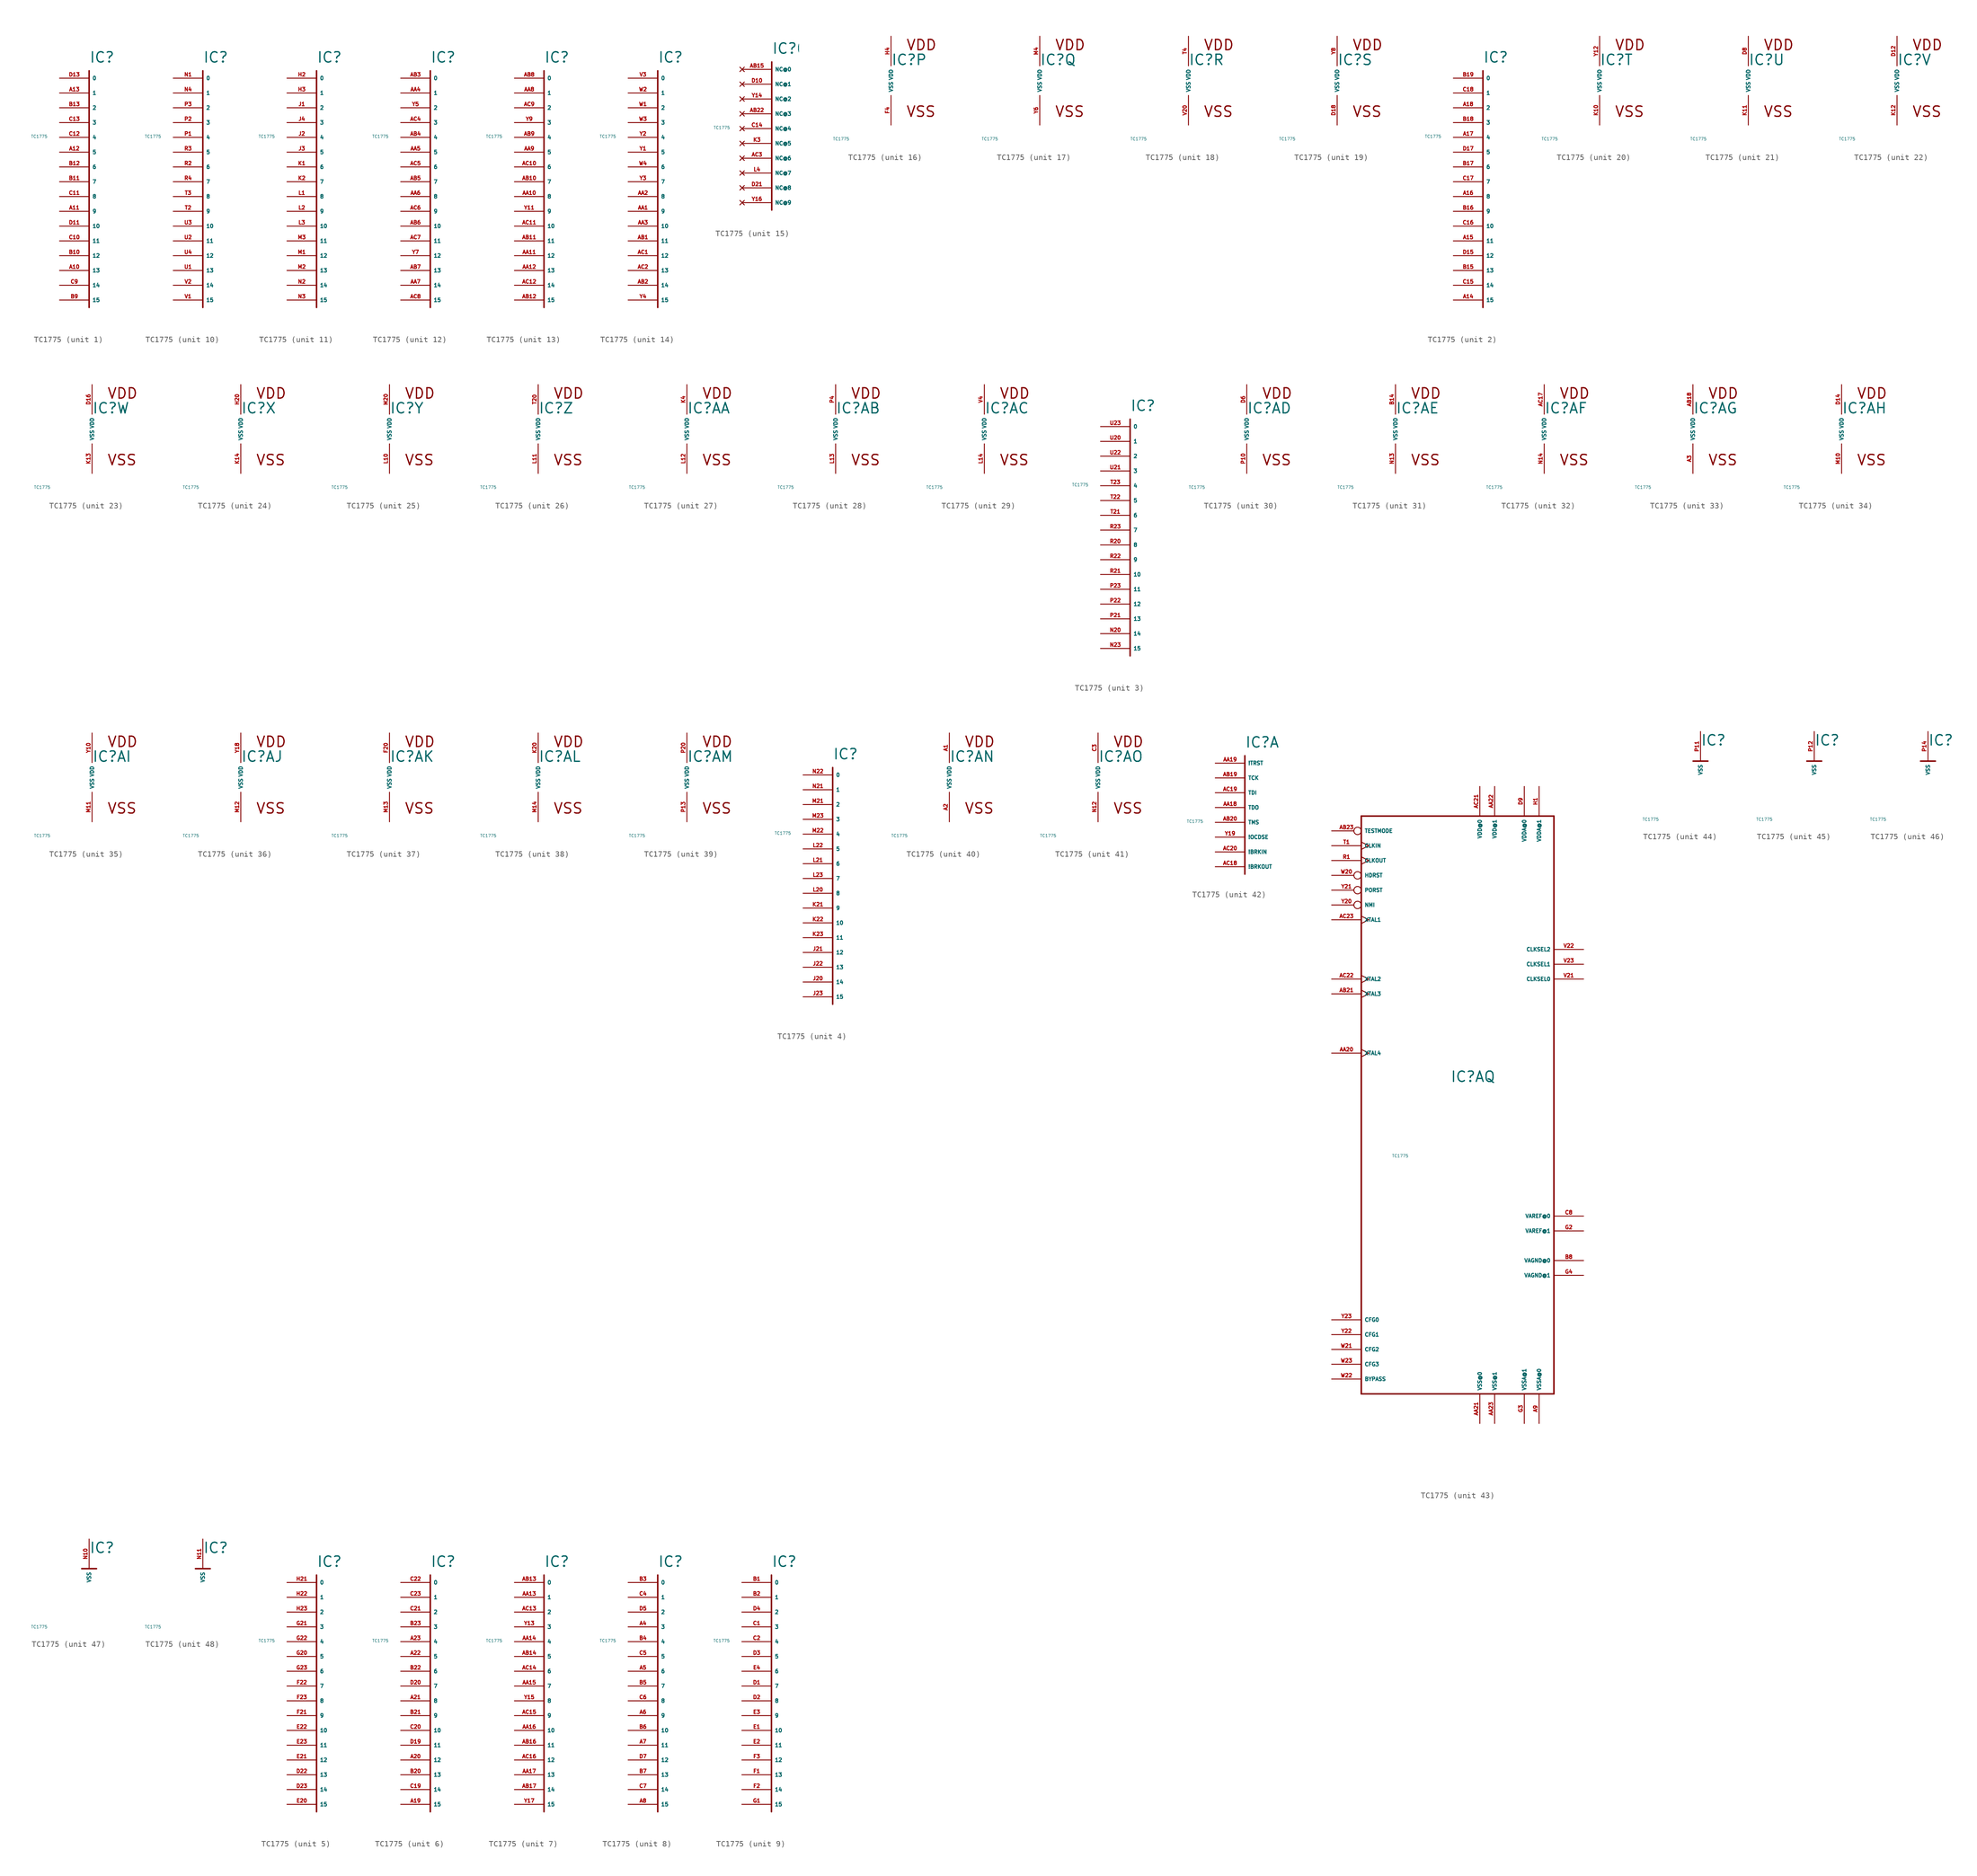
<source format=kicad_sym>
(kicad_symbol_lib
  (version 20220914)
  (generator Eagle2Kicad)
  (symbol "TC1775"
    (property "Reference" "IC"
      (at 0 2.54 0)
      (effects (font (size 1.778 1.778) (thickness 0.22)) (justify left bottom)))
    (property "Value" "TC1775"
      (at -10 -10 0)
      (effects (font (size 0.5 0.5) (thickness 0.06)) (justify left)))
    (symbol "TC1775_1_0"
      (polyline (pts (xy 0 1.27) (xy 0 -39.37)) (stroke (width 0.254) (type default)) (fill (type none)))
      (pin input line (at -5.08 0 0) (length 5.08) (name "0" (effects (font (size 0.635 0.635) (thickness 0.08)) (justify left bottom))) (number "D13" (effects (font (size 0.635 0.635) (thickness 0.08)) (justify left bottom))))
      (pin input line (at -5.08 -2.54 0) (length 5.08) (name "1" (effects (font (size 0.635 0.635) (thickness 0.08)) (justify left bottom))) (number "A13" (effects (font (size 0.635 0.635) (thickness 0.08)) (justify left bottom))))
      (pin input line (at -5.08 -5.08 0) (length 5.08) (name "2" (effects (font (size 0.635 0.635) (thickness 0.08)) (justify left bottom))) (number "B13" (effects (font (size 0.635 0.635) (thickness 0.08)) (justify left bottom))))
      (pin input line (at -5.08 -7.62 0) (length 5.08) (name "3" (effects (font (size 0.635 0.635) (thickness 0.08)) (justify left bottom))) (number "C13" (effects (font (size 0.635 0.635) (thickness 0.08)) (justify left bottom))))
      (pin input line (at -5.08 -10.16 0) (length 5.08) (name "4" (effects (font (size 0.635 0.635) (thickness 0.08)) (justify left bottom))) (number "C12" (effects (font (size 0.635 0.635) (thickness 0.08)) (justify left bottom))))
      (pin input line (at -5.08 -12.7 0) (length 5.08) (name "5" (effects (font (size 0.635 0.635) (thickness 0.08)) (justify left bottom))) (number "A12" (effects (font (size 0.635 0.635) (thickness 0.08)) (justify left bottom))))
      (pin input line (at -5.08 -15.24 0) (length 5.08) (name "6" (effects (font (size 0.635 0.635) (thickness 0.08)) (justify left bottom))) (number "B12" (effects (font (size 0.635 0.635) (thickness 0.08)) (justify left bottom))))
      (pin input line (at -5.08 -17.78 0) (length 5.08) (name "7" (effects (font (size 0.635 0.635) (thickness 0.08)) (justify left bottom))) (number "B11" (effects (font (size 0.635 0.635) (thickness 0.08)) (justify left bottom))))
      (pin input line (at -5.08 -20.32 0) (length 5.08) (name "8" (effects (font (size 0.635 0.635) (thickness 0.08)) (justify left bottom))) (number "C11" (effects (font (size 0.635 0.635) (thickness 0.08)) (justify left bottom))))
      (pin input line (at -5.08 -22.86 0) (length 5.08) (name "9" (effects (font (size 0.635 0.635) (thickness 0.08)) (justify left bottom))) (number "A11" (effects (font (size 0.635 0.635) (thickness 0.08)) (justify left bottom))))
      (pin input line (at -5.08 -25.4 0) (length 5.08) (name "10" (effects (font (size 0.635 0.635) (thickness 0.08)) (justify left bottom))) (number "D11" (effects (font (size 0.635 0.635) (thickness 0.08)) (justify left bottom))))
      (pin input line (at -5.08 -27.94 0) (length 5.08) (name "11" (effects (font (size 0.635 0.635) (thickness 0.08)) (justify left bottom))) (number "C10" (effects (font (size 0.635 0.635) (thickness 0.08)) (justify left bottom))))
      (pin input line (at -5.08 -30.48 0) (length 5.08) (name "12" (effects (font (size 0.635 0.635) (thickness 0.08)) (justify left bottom))) (number "B10" (effects (font (size 0.635 0.635) (thickness 0.08)) (justify left bottom))))
      (pin input line (at -5.08 -33.02 0) (length 5.08) (name "13" (effects (font (size 0.635 0.635) (thickness 0.08)) (justify left bottom))) (number "A10" (effects (font (size 0.635 0.635) (thickness 0.08)) (justify left bottom))))
      (pin input line (at -5.08 -35.56 0) (length 5.08) (name "14" (effects (font (size 0.635 0.635) (thickness 0.08)) (justify left bottom))) (number "C9" (effects (font (size 0.635 0.635) (thickness 0.08)) (justify left bottom))))
      (pin input line (at -5.08 -38.1 0) (length 5.08) (name "15" (effects (font (size 0.635 0.635) (thickness 0.08)) (justify left bottom))) (number "B9" (effects (font (size 0.635 0.635) (thickness 0.08)) (justify left bottom)))))
    (symbol "TC1775_2_0"
      (polyline (pts (xy 0 1.27) (xy 0 -39.37)) (stroke (width 0.254) (type default)) (fill (type none)))
      (pin input line (at -5.08 0 0) (length 5.08) (name "0" (effects (font (size 0.635 0.635) (thickness 0.08)) (justify left bottom))) (number "B19" (effects (font (size 0.635 0.635) (thickness 0.08)) (justify left bottom))))
      (pin input line (at -5.08 -2.54 0) (length 5.08) (name "1" (effects (font (size 0.635 0.635) (thickness 0.08)) (justify left bottom))) (number "C18" (effects (font (size 0.635 0.635) (thickness 0.08)) (justify left bottom))))
      (pin input line (at -5.08 -5.08 0) (length 5.08) (name "2" (effects (font (size 0.635 0.635) (thickness 0.08)) (justify left bottom))) (number "A18" (effects (font (size 0.635 0.635) (thickness 0.08)) (justify left bottom))))
      (pin input line (at -5.08 -7.62 0) (length 5.08) (name "3" (effects (font (size 0.635 0.635) (thickness 0.08)) (justify left bottom))) (number "B18" (effects (font (size 0.635 0.635) (thickness 0.08)) (justify left bottom))))
      (pin input line (at -5.08 -10.16 0) (length 5.08) (name "4" (effects (font (size 0.635 0.635) (thickness 0.08)) (justify left bottom))) (number "A17" (effects (font (size 0.635 0.635) (thickness 0.08)) (justify left bottom))))
      (pin input line (at -5.08 -12.7 0) (length 5.08) (name "5" (effects (font (size 0.635 0.635) (thickness 0.08)) (justify left bottom))) (number "D17" (effects (font (size 0.635 0.635) (thickness 0.08)) (justify left bottom))))
      (pin input line (at -5.08 -15.24 0) (length 5.08) (name "6" (effects (font (size 0.635 0.635) (thickness 0.08)) (justify left bottom))) (number "B17" (effects (font (size 0.635 0.635) (thickness 0.08)) (justify left bottom))))
      (pin input line (at -5.08 -17.78 0) (length 5.08) (name "7" (effects (font (size 0.635 0.635) (thickness 0.08)) (justify left bottom))) (number "C17" (effects (font (size 0.635 0.635) (thickness 0.08)) (justify left bottom))))
      (pin input line (at -5.08 -20.32 0) (length 5.08) (name "8" (effects (font (size 0.635 0.635) (thickness 0.08)) (justify left bottom))) (number "A16" (effects (font (size 0.635 0.635) (thickness 0.08)) (justify left bottom))))
      (pin input line (at -5.08 -22.86 0) (length 5.08) (name "9" (effects (font (size 0.635 0.635) (thickness 0.08)) (justify left bottom))) (number "B16" (effects (font (size 0.635 0.635) (thickness 0.08)) (justify left bottom))))
      (pin input line (at -5.08 -25.4 0) (length 5.08) (name "10" (effects (font (size 0.635 0.635) (thickness 0.08)) (justify left bottom))) (number "C16" (effects (font (size 0.635 0.635) (thickness 0.08)) (justify left bottom))))
      (pin input line (at -5.08 -27.94 0) (length 5.08) (name "11" (effects (font (size 0.635 0.635) (thickness 0.08)) (justify left bottom))) (number "A15" (effects (font (size 0.635 0.635) (thickness 0.08)) (justify left bottom))))
      (pin input line (at -5.08 -30.48 0) (length 5.08) (name "12" (effects (font (size 0.635 0.635) (thickness 0.08)) (justify left bottom))) (number "D15" (effects (font (size 0.635 0.635) (thickness 0.08)) (justify left bottom))))
      (pin input line (at -5.08 -33.02 0) (length 5.08) (name "13" (effects (font (size 0.635 0.635) (thickness 0.08)) (justify left bottom))) (number "B15" (effects (font (size 0.635 0.635) (thickness 0.08)) (justify left bottom))))
      (pin input line (at -5.08 -35.56 0) (length 5.08) (name "14" (effects (font (size 0.635 0.635) (thickness 0.08)) (justify left bottom))) (number "C15" (effects (font (size 0.635 0.635) (thickness 0.08)) (justify left bottom))))
      (pin input line (at -5.08 -38.1 0) (length 5.08) (name "15" (effects (font (size 0.635 0.635) (thickness 0.08)) (justify left bottom))) (number "A14" (effects (font (size 0.635 0.635) (thickness 0.08)) (justify left bottom)))))
    (symbol "TC1775_3_0"
      (polyline (pts (xy 0 1.27) (xy 0 -39.37)) (stroke (width 0.254) (type default)) (fill (type none)))
      (pin input line (at -5.08 0 0) (length 5.08) (name "0" (effects (font (size 0.635 0.635) (thickness 0.08)) (justify left bottom))) (number "U23" (effects (font (size 0.635 0.635) (thickness 0.08)) (justify left bottom))))
      (pin input line (at -5.08 -2.54 0) (length 5.08) (name "1" (effects (font (size 0.635 0.635) (thickness 0.08)) (justify left bottom))) (number "U20" (effects (font (size 0.635 0.635) (thickness 0.08)) (justify left bottom))))
      (pin input line (at -5.08 -5.08 0) (length 5.08) (name "2" (effects (font (size 0.635 0.635) (thickness 0.08)) (justify left bottom))) (number "U22" (effects (font (size 0.635 0.635) (thickness 0.08)) (justify left bottom))))
      (pin input line (at -5.08 -7.62 0) (length 5.08) (name "3" (effects (font (size 0.635 0.635) (thickness 0.08)) (justify left bottom))) (number "U21" (effects (font (size 0.635 0.635) (thickness 0.08)) (justify left bottom))))
      (pin input line (at -5.08 -10.16 0) (length 5.08) (name "4" (effects (font (size 0.635 0.635) (thickness 0.08)) (justify left bottom))) (number "T23" (effects (font (size 0.635 0.635) (thickness 0.08)) (justify left bottom))))
      (pin input line (at -5.08 -12.7 0) (length 5.08) (name "5" (effects (font (size 0.635 0.635) (thickness 0.08)) (justify left bottom))) (number "T22" (effects (font (size 0.635 0.635) (thickness 0.08)) (justify left bottom))))
      (pin input line (at -5.08 -15.24 0) (length 5.08) (name "6" (effects (font (size 0.635 0.635) (thickness 0.08)) (justify left bottom))) (number "T21" (effects (font (size 0.635 0.635) (thickness 0.08)) (justify left bottom))))
      (pin input line (at -5.08 -17.78 0) (length 5.08) (name "7" (effects (font (size 0.635 0.635) (thickness 0.08)) (justify left bottom))) (number "R23" (effects (font (size 0.635 0.635) (thickness 0.08)) (justify left bottom))))
      (pin input line (at -5.08 -20.32 0) (length 5.08) (name "8" (effects (font (size 0.635 0.635) (thickness 0.08)) (justify left bottom))) (number "R20" (effects (font (size 0.635 0.635) (thickness 0.08)) (justify left bottom))))
      (pin input line (at -5.08 -22.86 0) (length 5.08) (name "9" (effects (font (size 0.635 0.635) (thickness 0.08)) (justify left bottom))) (number "R22" (effects (font (size 0.635 0.635) (thickness 0.08)) (justify left bottom))))
      (pin input line (at -5.08 -25.4 0) (length 5.08) (name "10" (effects (font (size 0.635 0.635) (thickness 0.08)) (justify left bottom))) (number "R21" (effects (font (size 0.635 0.635) (thickness 0.08)) (justify left bottom))))
      (pin input line (at -5.08 -27.94 0) (length 5.08) (name "11" (effects (font (size 0.635 0.635) (thickness 0.08)) (justify left bottom))) (number "P23" (effects (font (size 0.635 0.635) (thickness 0.08)) (justify left bottom))))
      (pin input line (at -5.08 -30.48 0) (length 5.08) (name "12" (effects (font (size 0.635 0.635) (thickness 0.08)) (justify left bottom))) (number "P22" (effects (font (size 0.635 0.635) (thickness 0.08)) (justify left bottom))))
      (pin input line (at -5.08 -33.02 0) (length 5.08) (name "13" (effects (font (size 0.635 0.635) (thickness 0.08)) (justify left bottom))) (number "P21" (effects (font (size 0.635 0.635) (thickness 0.08)) (justify left bottom))))
      (pin input line (at -5.08 -35.56 0) (length 5.08) (name "14" (effects (font (size 0.635 0.635) (thickness 0.08)) (justify left bottom))) (number "N20" (effects (font (size 0.635 0.635) (thickness 0.08)) (justify left bottom))))
      (pin input line (at -5.08 -38.1 0) (length 5.08) (name "15" (effects (font (size 0.635 0.635) (thickness 0.08)) (justify left bottom))) (number "N23" (effects (font (size 0.635 0.635) (thickness 0.08)) (justify left bottom)))))
    (symbol "TC1775_4_0"
      (polyline (pts (xy 0 1.27) (xy 0 -39.37)) (stroke (width 0.254) (type default)) (fill (type none)))
      (pin input line (at -5.08 0 0) (length 5.08) (name "0" (effects (font (size 0.635 0.635) (thickness 0.08)) (justify left bottom))) (number "N22" (effects (font (size 0.635 0.635) (thickness 0.08)) (justify left bottom))))
      (pin input line (at -5.08 -2.54 0) (length 5.08) (name "1" (effects (font (size 0.635 0.635) (thickness 0.08)) (justify left bottom))) (number "N21" (effects (font (size 0.635 0.635) (thickness 0.08)) (justify left bottom))))
      (pin input line (at -5.08 -5.08 0) (length 5.08) (name "2" (effects (font (size 0.635 0.635) (thickness 0.08)) (justify left bottom))) (number "M21" (effects (font (size 0.635 0.635) (thickness 0.08)) (justify left bottom))))
      (pin input line (at -5.08 -7.62 0) (length 5.08) (name "3" (effects (font (size 0.635 0.635) (thickness 0.08)) (justify left bottom))) (number "M23" (effects (font (size 0.635 0.635) (thickness 0.08)) (justify left bottom))))
      (pin input line (at -5.08 -10.16 0) (length 5.08) (name "4" (effects (font (size 0.635 0.635) (thickness 0.08)) (justify left bottom))) (number "M22" (effects (font (size 0.635 0.635) (thickness 0.08)) (justify left bottom))))
      (pin input line (at -5.08 -12.7 0) (length 5.08) (name "5" (effects (font (size 0.635 0.635) (thickness 0.08)) (justify left bottom))) (number "L22" (effects (font (size 0.635 0.635) (thickness 0.08)) (justify left bottom))))
      (pin input line (at -5.08 -15.24 0) (length 5.08) (name "6" (effects (font (size 0.635 0.635) (thickness 0.08)) (justify left bottom))) (number "L21" (effects (font (size 0.635 0.635) (thickness 0.08)) (justify left bottom))))
      (pin input line (at -5.08 -17.78 0) (length 5.08) (name "7" (effects (font (size 0.635 0.635) (thickness 0.08)) (justify left bottom))) (number "L23" (effects (font (size 0.635 0.635) (thickness 0.08)) (justify left bottom))))
      (pin input line (at -5.08 -20.32 0) (length 5.08) (name "8" (effects (font (size 0.635 0.635) (thickness 0.08)) (justify left bottom))) (number "L20" (effects (font (size 0.635 0.635) (thickness 0.08)) (justify left bottom))))
      (pin input line (at -5.08 -22.86 0) (length 5.08) (name "9" (effects (font (size 0.635 0.635) (thickness 0.08)) (justify left bottom))) (number "K21" (effects (font (size 0.635 0.635) (thickness 0.08)) (justify left bottom))))
      (pin input line (at -5.08 -25.4 0) (length 5.08) (name "10" (effects (font (size 0.635 0.635) (thickness 0.08)) (justify left bottom))) (number "K22" (effects (font (size 0.635 0.635) (thickness 0.08)) (justify left bottom))))
      (pin input line (at -5.08 -27.94 0) (length 5.08) (name "11" (effects (font (size 0.635 0.635) (thickness 0.08)) (justify left bottom))) (number "K23" (effects (font (size 0.635 0.635) (thickness 0.08)) (justify left bottom))))
      (pin input line (at -5.08 -30.48 0) (length 5.08) (name "12" (effects (font (size 0.635 0.635) (thickness 0.08)) (justify left bottom))) (number "J21" (effects (font (size 0.635 0.635) (thickness 0.08)) (justify left bottom))))
      (pin input line (at -5.08 -33.02 0) (length 5.08) (name "13" (effects (font (size 0.635 0.635) (thickness 0.08)) (justify left bottom))) (number "J22" (effects (font (size 0.635 0.635) (thickness 0.08)) (justify left bottom))))
      (pin input line (at -5.08 -35.56 0) (length 5.08) (name "14" (effects (font (size 0.635 0.635) (thickness 0.08)) (justify left bottom))) (number "J20" (effects (font (size 0.635 0.635) (thickness 0.08)) (justify left bottom))))
      (pin input line (at -5.08 -38.1 0) (length 5.08) (name "15" (effects (font (size 0.635 0.635) (thickness 0.08)) (justify left bottom))) (number "J23" (effects (font (size 0.635 0.635) (thickness 0.08)) (justify left bottom)))))
    (symbol "TC1775_5_0"
      (polyline (pts (xy 0 1.27) (xy 0 -39.37)) (stroke (width 0.254) (type default)) (fill (type none)))
      (pin input line (at -5.08 0 0) (length 5.08) (name "0" (effects (font (size 0.635 0.635) (thickness 0.08)) (justify left bottom))) (number "H21" (effects (font (size 0.635 0.635) (thickness 0.08)) (justify left bottom))))
      (pin input line (at -5.08 -2.54 0) (length 5.08) (name "1" (effects (font (size 0.635 0.635) (thickness 0.08)) (justify left bottom))) (number "H22" (effects (font (size 0.635 0.635) (thickness 0.08)) (justify left bottom))))
      (pin input line (at -5.08 -5.08 0) (length 5.08) (name "2" (effects (font (size 0.635 0.635) (thickness 0.08)) (justify left bottom))) (number "H23" (effects (font (size 0.635 0.635) (thickness 0.08)) (justify left bottom))))
      (pin input line (at -5.08 -7.62 0) (length 5.08) (name "3" (effects (font (size 0.635 0.635) (thickness 0.08)) (justify left bottom))) (number "G21" (effects (font (size 0.635 0.635) (thickness 0.08)) (justify left bottom))))
      (pin input line (at -5.08 -10.16 0) (length 5.08) (name "4" (effects (font (size 0.635 0.635) (thickness 0.08)) (justify left bottom))) (number "G22" (effects (font (size 0.635 0.635) (thickness 0.08)) (justify left bottom))))
      (pin input line (at -5.08 -12.7 0) (length 5.08) (name "5" (effects (font (size 0.635 0.635) (thickness 0.08)) (justify left bottom))) (number "G20" (effects (font (size 0.635 0.635) (thickness 0.08)) (justify left bottom))))
      (pin input line (at -5.08 -15.24 0) (length 5.08) (name "6" (effects (font (size 0.635 0.635) (thickness 0.08)) (justify left bottom))) (number "G23" (effects (font (size 0.635 0.635) (thickness 0.08)) (justify left bottom))))
      (pin input line (at -5.08 -17.78 0) (length 5.08) (name "7" (effects (font (size 0.635 0.635) (thickness 0.08)) (justify left bottom))) (number "F22" (effects (font (size 0.635 0.635) (thickness 0.08)) (justify left bottom))))
      (pin input line (at -5.08 -20.32 0) (length 5.08) (name "8" (effects (font (size 0.635 0.635) (thickness 0.08)) (justify left bottom))) (number "F23" (effects (font (size 0.635 0.635) (thickness 0.08)) (justify left bottom))))
      (pin input line (at -5.08 -22.86 0) (length 5.08) (name "9" (effects (font (size 0.635 0.635) (thickness 0.08)) (justify left bottom))) (number "F21" (effects (font (size 0.635 0.635) (thickness 0.08)) (justify left bottom))))
      (pin input line (at -5.08 -25.4 0) (length 5.08) (name "10" (effects (font (size 0.635 0.635) (thickness 0.08)) (justify left bottom))) (number "E22" (effects (font (size 0.635 0.635) (thickness 0.08)) (justify left bottom))))
      (pin input line (at -5.08 -27.94 0) (length 5.08) (name "11" (effects (font (size 0.635 0.635) (thickness 0.08)) (justify left bottom))) (number "E23" (effects (font (size 0.635 0.635) (thickness 0.08)) (justify left bottom))))
      (pin input line (at -5.08 -30.48 0) (length 5.08) (name "12" (effects (font (size 0.635 0.635) (thickness 0.08)) (justify left bottom))) (number "E21" (effects (font (size 0.635 0.635) (thickness 0.08)) (justify left bottom))))
      (pin input line (at -5.08 -33.02 0) (length 5.08) (name "13" (effects (font (size 0.635 0.635) (thickness 0.08)) (justify left bottom))) (number "D22" (effects (font (size 0.635 0.635) (thickness 0.08)) (justify left bottom))))
      (pin input line (at -5.08 -35.56 0) (length 5.08) (name "14" (effects (font (size 0.635 0.635) (thickness 0.08)) (justify left bottom))) (number "D23" (effects (font (size 0.635 0.635) (thickness 0.08)) (justify left bottom))))
      (pin input line (at -5.08 -38.1 0) (length 5.08) (name "15" (effects (font (size 0.635 0.635) (thickness 0.08)) (justify left bottom))) (number "E20" (effects (font (size 0.635 0.635) (thickness 0.08)) (justify left bottom)))))
    (symbol "TC1775_6_0"
      (polyline (pts (xy 0 1.27) (xy 0 -39.37)) (stroke (width 0.254) (type default)) (fill (type none)))
      (pin input line (at -5.08 0 0) (length 5.08) (name "0" (effects (font (size 0.635 0.635) (thickness 0.08)) (justify left bottom))) (number "C22" (effects (font (size 0.635 0.635) (thickness 0.08)) (justify left bottom))))
      (pin input line (at -5.08 -2.54 0) (length 5.08) (name "1" (effects (font (size 0.635 0.635) (thickness 0.08)) (justify left bottom))) (number "C23" (effects (font (size 0.635 0.635) (thickness 0.08)) (justify left bottom))))
      (pin input line (at -5.08 -5.08 0) (length 5.08) (name "2" (effects (font (size 0.635 0.635) (thickness 0.08)) (justify left bottom))) (number "C21" (effects (font (size 0.635 0.635) (thickness 0.08)) (justify left bottom))))
      (pin input line (at -5.08 -7.62 0) (length 5.08) (name "3" (effects (font (size 0.635 0.635) (thickness 0.08)) (justify left bottom))) (number "B23" (effects (font (size 0.635 0.635) (thickness 0.08)) (justify left bottom))))
      (pin input line (at -5.08 -10.16 0) (length 5.08) (name "4" (effects (font (size 0.635 0.635) (thickness 0.08)) (justify left bottom))) (number "A23" (effects (font (size 0.635 0.635) (thickness 0.08)) (justify left bottom))))
      (pin input line (at -5.08 -12.7 0) (length 5.08) (name "5" (effects (font (size 0.635 0.635) (thickness 0.08)) (justify left bottom))) (number "A22" (effects (font (size 0.635 0.635) (thickness 0.08)) (justify left bottom))))
      (pin input line (at -5.08 -15.24 0) (length 5.08) (name "6" (effects (font (size 0.635 0.635) (thickness 0.08)) (justify left bottom))) (number "B22" (effects (font (size 0.635 0.635) (thickness 0.08)) (justify left bottom))))
      (pin input line (at -5.08 -17.78 0) (length 5.08) (name "7" (effects (font (size 0.635 0.635) (thickness 0.08)) (justify left bottom))) (number "D20" (effects (font (size 0.635 0.635) (thickness 0.08)) (justify left bottom))))
      (pin input line (at -5.08 -20.32 0) (length 5.08) (name "8" (effects (font (size 0.635 0.635) (thickness 0.08)) (justify left bottom))) (number "A21" (effects (font (size 0.635 0.635) (thickness 0.08)) (justify left bottom))))
      (pin input line (at -5.08 -22.86 0) (length 5.08) (name "9" (effects (font (size 0.635 0.635) (thickness 0.08)) (justify left bottom))) (number "B21" (effects (font (size 0.635 0.635) (thickness 0.08)) (justify left bottom))))
      (pin input line (at -5.08 -25.4 0) (length 5.08) (name "10" (effects (font (size 0.635 0.635) (thickness 0.08)) (justify left bottom))) (number "C20" (effects (font (size 0.635 0.635) (thickness 0.08)) (justify left bottom))))
      (pin input line (at -5.08 -27.94 0) (length 5.08) (name "11" (effects (font (size 0.635 0.635) (thickness 0.08)) (justify left bottom))) (number "D19" (effects (font (size 0.635 0.635) (thickness 0.08)) (justify left bottom))))
      (pin input line (at -5.08 -30.48 0) (length 5.08) (name "12" (effects (font (size 0.635 0.635) (thickness 0.08)) (justify left bottom))) (number "A20" (effects (font (size 0.635 0.635) (thickness 0.08)) (justify left bottom))))
      (pin input line (at -5.08 -33.02 0) (length 5.08) (name "13" (effects (font (size 0.635 0.635) (thickness 0.08)) (justify left bottom))) (number "B20" (effects (font (size 0.635 0.635) (thickness 0.08)) (justify left bottom))))
      (pin input line (at -5.08 -35.56 0) (length 5.08) (name "14" (effects (font (size 0.635 0.635) (thickness 0.08)) (justify left bottom))) (number "C19" (effects (font (size 0.635 0.635) (thickness 0.08)) (justify left bottom))))
      (pin input line (at -5.08 -38.1 0) (length 5.08) (name "15" (effects (font (size 0.635 0.635) (thickness 0.08)) (justify left bottom))) (number "A19" (effects (font (size 0.635 0.635) (thickness 0.08)) (justify left bottom)))))
    (symbol "TC1775_7_0"
      (polyline (pts (xy 0 1.27) (xy 0 -39.37)) (stroke (width 0.254) (type default)) (fill (type none)))
      (pin input line (at -5.08 0 0) (length 5.08) (name "0" (effects (font (size 0.635 0.635) (thickness 0.08)) (justify left bottom))) (number "AB13" (effects (font (size 0.635 0.635) (thickness 0.08)) (justify left bottom))))
      (pin input line (at -5.08 -2.54 0) (length 5.08) (name "1" (effects (font (size 0.635 0.635) (thickness 0.08)) (justify left bottom))) (number "AA13" (effects (font (size 0.635 0.635) (thickness 0.08)) (justify left bottom))))
      (pin input line (at -5.08 -5.08 0) (length 5.08) (name "2" (effects (font (size 0.635 0.635) (thickness 0.08)) (justify left bottom))) (number "AC13" (effects (font (size 0.635 0.635) (thickness 0.08)) (justify left bottom))))
      (pin input line (at -5.08 -7.62 0) (length 5.08) (name "3" (effects (font (size 0.635 0.635) (thickness 0.08)) (justify left bottom))) (number "Y13" (effects (font (size 0.635 0.635) (thickness 0.08)) (justify left bottom))))
      (pin input line (at -5.08 -10.16 0) (length 5.08) (name "4" (effects (font (size 0.635 0.635) (thickness 0.08)) (justify left bottom))) (number "AA14" (effects (font (size 0.635 0.635) (thickness 0.08)) (justify left bottom))))
      (pin input line (at -5.08 -12.7 0) (length 5.08) (name "5" (effects (font (size 0.635 0.635) (thickness 0.08)) (justify left bottom))) (number "AB14" (effects (font (size 0.635 0.635) (thickness 0.08)) (justify left bottom))))
      (pin input line (at -5.08 -15.24 0) (length 5.08) (name "6" (effects (font (size 0.635 0.635) (thickness 0.08)) (justify left bottom))) (number "AC14" (effects (font (size 0.635 0.635) (thickness 0.08)) (justify left bottom))))
      (pin input line (at -5.08 -17.78 0) (length 5.08) (name "7" (effects (font (size 0.635 0.635) (thickness 0.08)) (justify left bottom))) (number "AA15" (effects (font (size 0.635 0.635) (thickness 0.08)) (justify left bottom))))
      (pin input line (at -5.08 -20.32 0) (length 5.08) (name "8" (effects (font (size 0.635 0.635) (thickness 0.08)) (justify left bottom))) (number "Y15" (effects (font (size 0.635 0.635) (thickness 0.08)) (justify left bottom))))
      (pin input line (at -5.08 -22.86 0) (length 5.08) (name "9" (effects (font (size 0.635 0.635) (thickness 0.08)) (justify left bottom))) (number "AC15" (effects (font (size 0.635 0.635) (thickness 0.08)) (justify left bottom))))
      (pin input line (at -5.08 -25.4 0) (length 5.08) (name "10" (effects (font (size 0.635 0.635) (thickness 0.08)) (justify left bottom))) (number "AA16" (effects (font (size 0.635 0.635) (thickness 0.08)) (justify left bottom))))
      (pin input line (at -5.08 -27.94 0) (length 5.08) (name "11" (effects (font (size 0.635 0.635) (thickness 0.08)) (justify left bottom))) (number "AB16" (effects (font (size 0.635 0.635) (thickness 0.08)) (justify left bottom))))
      (pin input line (at -5.08 -30.48 0) (length 5.08) (name "12" (effects (font (size 0.635 0.635) (thickness 0.08)) (justify left bottom))) (number "AC16" (effects (font (size 0.635 0.635) (thickness 0.08)) (justify left bottom))))
      (pin input line (at -5.08 -33.02 0) (length 5.08) (name "13" (effects (font (size 0.635 0.635) (thickness 0.08)) (justify left bottom))) (number "AA17" (effects (font (size 0.635 0.635) (thickness 0.08)) (justify left bottom))))
      (pin input line (at -5.08 -35.56 0) (length 5.08) (name "14" (effects (font (size 0.635 0.635) (thickness 0.08)) (justify left bottom))) (number "AB17" (effects (font (size 0.635 0.635) (thickness 0.08)) (justify left bottom))))
      (pin input line (at -5.08 -38.1 0) (length 5.08) (name "15" (effects (font (size 0.635 0.635) (thickness 0.08)) (justify left bottom))) (number "Y17" (effects (font (size 0.635 0.635) (thickness 0.08)) (justify left bottom)))))
    (symbol "TC1775_8_0"
      (polyline (pts (xy 0 1.27) (xy 0 -39.37)) (stroke (width 0.254) (type default)) (fill (type none)))
      (pin input line (at -5.08 0 0) (length 5.08) (name "0" (effects (font (size 0.635 0.635) (thickness 0.08)) (justify left bottom))) (number "B3" (effects (font (size 0.635 0.635) (thickness 0.08)) (justify left bottom))))
      (pin input line (at -5.08 -2.54 0) (length 5.08) (name "1" (effects (font (size 0.635 0.635) (thickness 0.08)) (justify left bottom))) (number "C4" (effects (font (size 0.635 0.635) (thickness 0.08)) (justify left bottom))))
      (pin input line (at -5.08 -5.08 0) (length 5.08) (name "2" (effects (font (size 0.635 0.635) (thickness 0.08)) (justify left bottom))) (number "D5" (effects (font (size 0.635 0.635) (thickness 0.08)) (justify left bottom))))
      (pin input line (at -5.08 -7.62 0) (length 5.08) (name "3" (effects (font (size 0.635 0.635) (thickness 0.08)) (justify left bottom))) (number "A4" (effects (font (size 0.635 0.635) (thickness 0.08)) (justify left bottom))))
      (pin input line (at -5.08 -10.16 0) (length 5.08) (name "4" (effects (font (size 0.635 0.635) (thickness 0.08)) (justify left bottom))) (number "B4" (effects (font (size 0.635 0.635) (thickness 0.08)) (justify left bottom))))
      (pin input line (at -5.08 -12.7 0) (length 5.08) (name "5" (effects (font (size 0.635 0.635) (thickness 0.08)) (justify left bottom))) (number "C5" (effects (font (size 0.635 0.635) (thickness 0.08)) (justify left bottom))))
      (pin input line (at -5.08 -15.24 0) (length 5.08) (name "6" (effects (font (size 0.635 0.635) (thickness 0.08)) (justify left bottom))) (number "A5" (effects (font (size 0.635 0.635) (thickness 0.08)) (justify left bottom))))
      (pin input line (at -5.08 -17.78 0) (length 5.08) (name "7" (effects (font (size 0.635 0.635) (thickness 0.08)) (justify left bottom))) (number "B5" (effects (font (size 0.635 0.635) (thickness 0.08)) (justify left bottom))))
      (pin input line (at -5.08 -20.32 0) (length 5.08) (name "8" (effects (font (size 0.635 0.635) (thickness 0.08)) (justify left bottom))) (number "C6" (effects (font (size 0.635 0.635) (thickness 0.08)) (justify left bottom))))
      (pin input line (at -5.08 -22.86 0) (length 5.08) (name "9" (effects (font (size 0.635 0.635) (thickness 0.08)) (justify left bottom))) (number "A6" (effects (font (size 0.635 0.635) (thickness 0.08)) (justify left bottom))))
      (pin input line (at -5.08 -25.4 0) (length 5.08) (name "10" (effects (font (size 0.635 0.635) (thickness 0.08)) (justify left bottom))) (number "B6" (effects (font (size 0.635 0.635) (thickness 0.08)) (justify left bottom))))
      (pin input line (at -5.08 -27.94 0) (length 5.08) (name "11" (effects (font (size 0.635 0.635) (thickness 0.08)) (justify left bottom))) (number "A7" (effects (font (size 0.635 0.635) (thickness 0.08)) (justify left bottom))))
      (pin input line (at -5.08 -30.48 0) (length 5.08) (name "12" (effects (font (size 0.635 0.635) (thickness 0.08)) (justify left bottom))) (number "D7" (effects (font (size 0.635 0.635) (thickness 0.08)) (justify left bottom))))
      (pin input line (at -5.08 -33.02 0) (length 5.08) (name "13" (effects (font (size 0.635 0.635) (thickness 0.08)) (justify left bottom))) (number "B7" (effects (font (size 0.635 0.635) (thickness 0.08)) (justify left bottom))))
      (pin input line (at -5.08 -35.56 0) (length 5.08) (name "14" (effects (font (size 0.635 0.635) (thickness 0.08)) (justify left bottom))) (number "C7" (effects (font (size 0.635 0.635) (thickness 0.08)) (justify left bottom))))
      (pin input line (at -5.08 -38.1 0) (length 5.08) (name "15" (effects (font (size 0.635 0.635) (thickness 0.08)) (justify left bottom))) (number "A8" (effects (font (size 0.635 0.635) (thickness 0.08)) (justify left bottom)))))
    (symbol "TC1775_9_0"
      (polyline (pts (xy 0 1.27) (xy 0 -39.37)) (stroke (width 0.254) (type default)) (fill (type none)))
      (pin input line (at -5.08 0 0) (length 5.08) (name "0" (effects (font (size 0.635 0.635) (thickness 0.08)) (justify left bottom))) (number "B1" (effects (font (size 0.635 0.635) (thickness 0.08)) (justify left bottom))))
      (pin input line (at -5.08 -2.54 0) (length 5.08) (name "1" (effects (font (size 0.635 0.635) (thickness 0.08)) (justify left bottom))) (number "B2" (effects (font (size 0.635 0.635) (thickness 0.08)) (justify left bottom))))
      (pin input line (at -5.08 -5.08 0) (length 5.08) (name "2" (effects (font (size 0.635 0.635) (thickness 0.08)) (justify left bottom))) (number "D4" (effects (font (size 0.635 0.635) (thickness 0.08)) (justify left bottom))))
      (pin input line (at -5.08 -7.62 0) (length 5.08) (name "3" (effects (font (size 0.635 0.635) (thickness 0.08)) (justify left bottom))) (number "C1" (effects (font (size 0.635 0.635) (thickness 0.08)) (justify left bottom))))
      (pin input line (at -5.08 -10.16 0) (length 5.08) (name "4" (effects (font (size 0.635 0.635) (thickness 0.08)) (justify left bottom))) (number "C2" (effects (font (size 0.635 0.635) (thickness 0.08)) (justify left bottom))))
      (pin input line (at -5.08 -12.7 0) (length 5.08) (name "5" (effects (font (size 0.635 0.635) (thickness 0.08)) (justify left bottom))) (number "D3" (effects (font (size 0.635 0.635) (thickness 0.08)) (justify left bottom))))
      (pin input line (at -5.08 -15.24 0) (length 5.08) (name "6" (effects (font (size 0.635 0.635) (thickness 0.08)) (justify left bottom))) (number "E4" (effects (font (size 0.635 0.635) (thickness 0.08)) (justify left bottom))))
      (pin input line (at -5.08 -17.78 0) (length 5.08) (name "7" (effects (font (size 0.635 0.635) (thickness 0.08)) (justify left bottom))) (number "D1" (effects (font (size 0.635 0.635) (thickness 0.08)) (justify left bottom))))
      (pin input line (at -5.08 -20.32 0) (length 5.08) (name "8" (effects (font (size 0.635 0.635) (thickness 0.08)) (justify left bottom))) (number "D2" (effects (font (size 0.635 0.635) (thickness 0.08)) (justify left bottom))))
      (pin input line (at -5.08 -22.86 0) (length 5.08) (name "9" (effects (font (size 0.635 0.635) (thickness 0.08)) (justify left bottom))) (number "E3" (effects (font (size 0.635 0.635) (thickness 0.08)) (justify left bottom))))
      (pin input line (at -5.08 -25.4 0) (length 5.08) (name "10" (effects (font (size 0.635 0.635) (thickness 0.08)) (justify left bottom))) (number "E1" (effects (font (size 0.635 0.635) (thickness 0.08)) (justify left bottom))))
      (pin input line (at -5.08 -27.94 0) (length 5.08) (name "11" (effects (font (size 0.635 0.635) (thickness 0.08)) (justify left bottom))) (number "E2" (effects (font (size 0.635 0.635) (thickness 0.08)) (justify left bottom))))
      (pin input line (at -5.08 -30.48 0) (length 5.08) (name "12" (effects (font (size 0.635 0.635) (thickness 0.08)) (justify left bottom))) (number "F3" (effects (font (size 0.635 0.635) (thickness 0.08)) (justify left bottom))))
      (pin input line (at -5.08 -33.02 0) (length 5.08) (name "13" (effects (font (size 0.635 0.635) (thickness 0.08)) (justify left bottom))) (number "F1" (effects (font (size 0.635 0.635) (thickness 0.08)) (justify left bottom))))
      (pin input line (at -5.08 -35.56 0) (length 5.08) (name "14" (effects (font (size 0.635 0.635) (thickness 0.08)) (justify left bottom))) (number "F2" (effects (font (size 0.635 0.635) (thickness 0.08)) (justify left bottom))))
      (pin input line (at -5.08 -38.1 0) (length 5.08) (name "15" (effects (font (size 0.635 0.635) (thickness 0.08)) (justify left bottom))) (number "G1" (effects (font (size 0.635 0.635) (thickness 0.08)) (justify left bottom)))))
    (symbol "TC1775_10_0"
      (polyline (pts (xy 0 1.27) (xy 0 -39.37)) (stroke (width 0.254) (type default)) (fill (type none)))
      (pin input line (at -5.08 0 0) (length 5.08) (name "0" (effects (font (size 0.635 0.635) (thickness 0.08)) (justify left bottom))) (number "N1" (effects (font (size 0.635 0.635) (thickness 0.08)) (justify left bottom))))
      (pin input line (at -5.08 -2.54 0) (length 5.08) (name "1" (effects (font (size 0.635 0.635) (thickness 0.08)) (justify left bottom))) (number "N4" (effects (font (size 0.635 0.635) (thickness 0.08)) (justify left bottom))))
      (pin input line (at -5.08 -5.08 0) (length 5.08) (name "2" (effects (font (size 0.635 0.635) (thickness 0.08)) (justify left bottom))) (number "P3" (effects (font (size 0.635 0.635) (thickness 0.08)) (justify left bottom))))
      (pin input line (at -5.08 -7.62 0) (length 5.08) (name "3" (effects (font (size 0.635 0.635) (thickness 0.08)) (justify left bottom))) (number "P2" (effects (font (size 0.635 0.635) (thickness 0.08)) (justify left bottom))))
      (pin input line (at -5.08 -10.16 0) (length 5.08) (name "4" (effects (font (size 0.635 0.635) (thickness 0.08)) (justify left bottom))) (number "P1" (effects (font (size 0.635 0.635) (thickness 0.08)) (justify left bottom))))
      (pin input line (at -5.08 -12.7 0) (length 5.08) (name "5" (effects (font (size 0.635 0.635) (thickness 0.08)) (justify left bottom))) (number "R3" (effects (font (size 0.635 0.635) (thickness 0.08)) (justify left bottom))))
      (pin input line (at -5.08 -15.24 0) (length 5.08) (name "6" (effects (font (size 0.635 0.635) (thickness 0.08)) (justify left bottom))) (number "R2" (effects (font (size 0.635 0.635) (thickness 0.08)) (justify left bottom))))
      (pin input line (at -5.08 -17.78 0) (length 5.08) (name "7" (effects (font (size 0.635 0.635) (thickness 0.08)) (justify left bottom))) (number "R4" (effects (font (size 0.635 0.635) (thickness 0.08)) (justify left bottom))))
      (pin input line (at -5.08 -20.32 0) (length 5.08) (name "8" (effects (font (size 0.635 0.635) (thickness 0.08)) (justify left bottom))) (number "T3" (effects (font (size 0.635 0.635) (thickness 0.08)) (justify left bottom))))
      (pin input line (at -5.08 -22.86 0) (length 5.08) (name "9" (effects (font (size 0.635 0.635) (thickness 0.08)) (justify left bottom))) (number "T2" (effects (font (size 0.635 0.635) (thickness 0.08)) (justify left bottom))))
      (pin input line (at -5.08 -25.4 0) (length 5.08) (name "10" (effects (font (size 0.635 0.635) (thickness 0.08)) (justify left bottom))) (number "U3" (effects (font (size 0.635 0.635) (thickness 0.08)) (justify left bottom))))
      (pin input line (at -5.08 -27.94 0) (length 5.08) (name "11" (effects (font (size 0.635 0.635) (thickness 0.08)) (justify left bottom))) (number "U2" (effects (font (size 0.635 0.635) (thickness 0.08)) (justify left bottom))))
      (pin input line (at -5.08 -30.48 0) (length 5.08) (name "12" (effects (font (size 0.635 0.635) (thickness 0.08)) (justify left bottom))) (number "U4" (effects (font (size 0.635 0.635) (thickness 0.08)) (justify left bottom))))
      (pin input line (at -5.08 -33.02 0) (length 5.08) (name "13" (effects (font (size 0.635 0.635) (thickness 0.08)) (justify left bottom))) (number "U1" (effects (font (size 0.635 0.635) (thickness 0.08)) (justify left bottom))))
      (pin input line (at -5.08 -35.56 0) (length 5.08) (name "14" (effects (font (size 0.635 0.635) (thickness 0.08)) (justify left bottom))) (number "V2" (effects (font (size 0.635 0.635) (thickness 0.08)) (justify left bottom))))
      (pin input line (at -5.08 -38.1 0) (length 5.08) (name "15" (effects (font (size 0.635 0.635) (thickness 0.08)) (justify left bottom))) (number "V1" (effects (font (size 0.635 0.635) (thickness 0.08)) (justify left bottom)))))
    (symbol "TC1775_11_0"
      (polyline (pts (xy 0 1.27) (xy 0 -39.37)) (stroke (width 0.254) (type default)) (fill (type none)))
      (pin input line (at -5.08 0 0) (length 5.08) (name "0" (effects (font (size 0.635 0.635) (thickness 0.08)) (justify left bottom))) (number "H2" (effects (font (size 0.635 0.635) (thickness 0.08)) (justify left bottom))))
      (pin input line (at -5.08 -2.54 0) (length 5.08) (name "1" (effects (font (size 0.635 0.635) (thickness 0.08)) (justify left bottom))) (number "H3" (effects (font (size 0.635 0.635) (thickness 0.08)) (justify left bottom))))
      (pin input line (at -5.08 -5.08 0) (length 5.08) (name "2" (effects (font (size 0.635 0.635) (thickness 0.08)) (justify left bottom))) (number "J1" (effects (font (size 0.635 0.635) (thickness 0.08)) (justify left bottom))))
      (pin input line (at -5.08 -7.62 0) (length 5.08) (name "3" (effects (font (size 0.635 0.635) (thickness 0.08)) (justify left bottom))) (number "J4" (effects (font (size 0.635 0.635) (thickness 0.08)) (justify left bottom))))
      (pin input line (at -5.08 -10.16 0) (length 5.08) (name "4" (effects (font (size 0.635 0.635) (thickness 0.08)) (justify left bottom))) (number "J2" (effects (font (size 0.635 0.635) (thickness 0.08)) (justify left bottom))))
      (pin input line (at -5.08 -12.7 0) (length 5.08) (name "5" (effects (font (size 0.635 0.635) (thickness 0.08)) (justify left bottom))) (number "J3" (effects (font (size 0.635 0.635) (thickness 0.08)) (justify left bottom))))
      (pin input line (at -5.08 -15.24 0) (length 5.08) (name "6" (effects (font (size 0.635 0.635) (thickness 0.08)) (justify left bottom))) (number "K1" (effects (font (size 0.635 0.635) (thickness 0.08)) (justify left bottom))))
      (pin input line (at -5.08 -17.78 0) (length 5.08) (name "7" (effects (font (size 0.635 0.635) (thickness 0.08)) (justify left bottom))) (number "K2" (effects (font (size 0.635 0.635) (thickness 0.08)) (justify left bottom))))
      (pin input line (at -5.08 -20.32 0) (length 5.08) (name "8" (effects (font (size 0.635 0.635) (thickness 0.08)) (justify left bottom))) (number "L1" (effects (font (size 0.635 0.635) (thickness 0.08)) (justify left bottom))))
      (pin input line (at -5.08 -22.86 0) (length 5.08) (name "9" (effects (font (size 0.635 0.635) (thickness 0.08)) (justify left bottom))) (number "L2" (effects (font (size 0.635 0.635) (thickness 0.08)) (justify left bottom))))
      (pin input line (at -5.08 -25.4 0) (length 5.08) (name "10" (effects (font (size 0.635 0.635) (thickness 0.08)) (justify left bottom))) (number "L3" (effects (font (size 0.635 0.635) (thickness 0.08)) (justify left bottom))))
      (pin input line (at -5.08 -27.94 0) (length 5.08) (name "11" (effects (font (size 0.635 0.635) (thickness 0.08)) (justify left bottom))) (number "M3" (effects (font (size 0.635 0.635) (thickness 0.08)) (justify left bottom))))
      (pin input line (at -5.08 -30.48 0) (length 5.08) (name "12" (effects (font (size 0.635 0.635) (thickness 0.08)) (justify left bottom))) (number "M1" (effects (font (size 0.635 0.635) (thickness 0.08)) (justify left bottom))))
      (pin input line (at -5.08 -33.02 0) (length 5.08) (name "13" (effects (font (size 0.635 0.635) (thickness 0.08)) (justify left bottom))) (number "M2" (effects (font (size 0.635 0.635) (thickness 0.08)) (justify left bottom))))
      (pin input line (at -5.08 -35.56 0) (length 5.08) (name "14" (effects (font (size 0.635 0.635) (thickness 0.08)) (justify left bottom))) (number "N2" (effects (font (size 0.635 0.635) (thickness 0.08)) (justify left bottom))))
      (pin input line (at -5.08 -38.1 0) (length 5.08) (name "15" (effects (font (size 0.635 0.635) (thickness 0.08)) (justify left bottom))) (number "N3" (effects (font (size 0.635 0.635) (thickness 0.08)) (justify left bottom)))))
    (symbol "TC1775_12_0"
      (polyline (pts (xy 0 1.27) (xy 0 -39.37)) (stroke (width 0.254) (type default)) (fill (type none)))
      (pin input line (at -5.08 0 0) (length 5.08) (name "0" (effects (font (size 0.635 0.635) (thickness 0.08)) (justify left bottom))) (number "AB3" (effects (font (size 0.635 0.635) (thickness 0.08)) (justify left bottom))))
      (pin input line (at -5.08 -2.54 0) (length 5.08) (name "1" (effects (font (size 0.635 0.635) (thickness 0.08)) (justify left bottom))) (number "AA4" (effects (font (size 0.635 0.635) (thickness 0.08)) (justify left bottom))))
      (pin input line (at -5.08 -5.08 0) (length 5.08) (name "2" (effects (font (size 0.635 0.635) (thickness 0.08)) (justify left bottom))) (number "Y5" (effects (font (size 0.635 0.635) (thickness 0.08)) (justify left bottom))))
      (pin input line (at -5.08 -7.62 0) (length 5.08) (name "3" (effects (font (size 0.635 0.635) (thickness 0.08)) (justify left bottom))) (number "AC4" (effects (font (size 0.635 0.635) (thickness 0.08)) (justify left bottom))))
      (pin input line (at -5.08 -10.16 0) (length 5.08) (name "4" (effects (font (size 0.635 0.635) (thickness 0.08)) (justify left bottom))) (number "AB4" (effects (font (size 0.635 0.635) (thickness 0.08)) (justify left bottom))))
      (pin input line (at -5.08 -12.7 0) (length 5.08) (name "5" (effects (font (size 0.635 0.635) (thickness 0.08)) (justify left bottom))) (number "AA5" (effects (font (size 0.635 0.635) (thickness 0.08)) (justify left bottom))))
      (pin input line (at -5.08 -15.24 0) (length 5.08) (name "6" (effects (font (size 0.635 0.635) (thickness 0.08)) (justify left bottom))) (number "AC5" (effects (font (size 0.635 0.635) (thickness 0.08)) (justify left bottom))))
      (pin input line (at -5.08 -17.78 0) (length 5.08) (name "7" (effects (font (size 0.635 0.635) (thickness 0.08)) (justify left bottom))) (number "AB5" (effects (font (size 0.635 0.635) (thickness 0.08)) (justify left bottom))))
      (pin input line (at -5.08 -20.32 0) (length 5.08) (name "8" (effects (font (size 0.635 0.635) (thickness 0.08)) (justify left bottom))) (number "AA6" (effects (font (size 0.635 0.635) (thickness 0.08)) (justify left bottom))))
      (pin input line (at -5.08 -22.86 0) (length 5.08) (name "9" (effects (font (size 0.635 0.635) (thickness 0.08)) (justify left bottom))) (number "AC6" (effects (font (size 0.635 0.635) (thickness 0.08)) (justify left bottom))))
      (pin input line (at -5.08 -25.4 0) (length 5.08) (name "10" (effects (font (size 0.635 0.635) (thickness 0.08)) (justify left bottom))) (number "AB6" (effects (font (size 0.635 0.635) (thickness 0.08)) (justify left bottom))))
      (pin input line (at -5.08 -27.94 0) (length 5.08) (name "11" (effects (font (size 0.635 0.635) (thickness 0.08)) (justify left bottom))) (number "AC7" (effects (font (size 0.635 0.635) (thickness 0.08)) (justify left bottom))))
      (pin input line (at -5.08 -30.48 0) (length 5.08) (name "12" (effects (font (size 0.635 0.635) (thickness 0.08)) (justify left bottom))) (number "Y7" (effects (font (size 0.635 0.635) (thickness 0.08)) (justify left bottom))))
      (pin input line (at -5.08 -33.02 0) (length 5.08) (name "13" (effects (font (size 0.635 0.635) (thickness 0.08)) (justify left bottom))) (number "AB7" (effects (font (size 0.635 0.635) (thickness 0.08)) (justify left bottom))))
      (pin input line (at -5.08 -35.56 0) (length 5.08) (name "14" (effects (font (size 0.635 0.635) (thickness 0.08)) (justify left bottom))) (number "AA7" (effects (font (size 0.635 0.635) (thickness 0.08)) (justify left bottom))))
      (pin input line (at -5.08 -38.1 0) (length 5.08) (name "15" (effects (font (size 0.635 0.635) (thickness 0.08)) (justify left bottom))) (number "AC8" (effects (font (size 0.635 0.635) (thickness 0.08)) (justify left bottom)))))
    (symbol "TC1775_13_0"
      (polyline (pts (xy 0 1.27) (xy 0 -39.37)) (stroke (width 0.254) (type default)) (fill (type none)))
      (pin input line (at -5.08 0 0) (length 5.08) (name "0" (effects (font (size 0.635 0.635) (thickness 0.08)) (justify left bottom))) (number "AB8" (effects (font (size 0.635 0.635) (thickness 0.08)) (justify left bottom))))
      (pin input line (at -5.08 -2.54 0) (length 5.08) (name "1" (effects (font (size 0.635 0.635) (thickness 0.08)) (justify left bottom))) (number "AA8" (effects (font (size 0.635 0.635) (thickness 0.08)) (justify left bottom))))
      (pin input line (at -5.08 -5.08 0) (length 5.08) (name "2" (effects (font (size 0.635 0.635) (thickness 0.08)) (justify left bottom))) (number "AC9" (effects (font (size 0.635 0.635) (thickness 0.08)) (justify left bottom))))
      (pin input line (at -5.08 -7.62 0) (length 5.08) (name "3" (effects (font (size 0.635 0.635) (thickness 0.08)) (justify left bottom))) (number "Y9" (effects (font (size 0.635 0.635) (thickness 0.08)) (justify left bottom))))
      (pin input line (at -5.08 -10.16 0) (length 5.08) (name "4" (effects (font (size 0.635 0.635) (thickness 0.08)) (justify left bottom))) (number "AB9" (effects (font (size 0.635 0.635) (thickness 0.08)) (justify left bottom))))
      (pin input line (at -5.08 -12.7 0) (length 5.08) (name "5" (effects (font (size 0.635 0.635) (thickness 0.08)) (justify left bottom))) (number "AA9" (effects (font (size 0.635 0.635) (thickness 0.08)) (justify left bottom))))
      (pin input line (at -5.08 -15.24 0) (length 5.08) (name "6" (effects (font (size 0.635 0.635) (thickness 0.08)) (justify left bottom))) (number "AC10" (effects (font (size 0.635 0.635) (thickness 0.08)) (justify left bottom))))
      (pin input line (at -5.08 -17.78 0) (length 5.08) (name "7" (effects (font (size 0.635 0.635) (thickness 0.08)) (justify left bottom))) (number "AB10" (effects (font (size 0.635 0.635) (thickness 0.08)) (justify left bottom))))
      (pin input line (at -5.08 -20.32 0) (length 5.08) (name "8" (effects (font (size 0.635 0.635) (thickness 0.08)) (justify left bottom))) (number "AA10" (effects (font (size 0.635 0.635) (thickness 0.08)) (justify left bottom))))
      (pin input line (at -5.08 -22.86 0) (length 5.08) (name "9" (effects (font (size 0.635 0.635) (thickness 0.08)) (justify left bottom))) (number "Y11" (effects (font (size 0.635 0.635) (thickness 0.08)) (justify left bottom))))
      (pin input line (at -5.08 -25.4 0) (length 5.08) (name "10" (effects (font (size 0.635 0.635) (thickness 0.08)) (justify left bottom))) (number "AC11" (effects (font (size 0.635 0.635) (thickness 0.08)) (justify left bottom))))
      (pin input line (at -5.08 -27.94 0) (length 5.08) (name "11" (effects (font (size 0.635 0.635) (thickness 0.08)) (justify left bottom))) (number "AB11" (effects (font (size 0.635 0.635) (thickness 0.08)) (justify left bottom))))
      (pin input line (at -5.08 -30.48 0) (length 5.08) (name "12" (effects (font (size 0.635 0.635) (thickness 0.08)) (justify left bottom))) (number "AA11" (effects (font (size 0.635 0.635) (thickness 0.08)) (justify left bottom))))
      (pin input line (at -5.08 -33.02 0) (length 5.08) (name "13" (effects (font (size 0.635 0.635) (thickness 0.08)) (justify left bottom))) (number "AA12" (effects (font (size 0.635 0.635) (thickness 0.08)) (justify left bottom))))
      (pin input line (at -5.08 -35.56 0) (length 5.08) (name "14" (effects (font (size 0.635 0.635) (thickness 0.08)) (justify left bottom))) (number "AC12" (effects (font (size 0.635 0.635) (thickness 0.08)) (justify left bottom))))
      (pin input line (at -5.08 -38.1 0) (length 5.08) (name "15" (effects (font (size 0.635 0.635) (thickness 0.08)) (justify left bottom))) (number "AB12" (effects (font (size 0.635 0.635) (thickness 0.08)) (justify left bottom)))))
    (symbol "TC1775_14_0"
      (polyline (pts (xy 0 1.27) (xy 0 -39.37)) (stroke (width 0.254) (type default)) (fill (type none)))
      (pin input line (at -5.08 0 0) (length 5.08) (name "0" (effects (font (size 0.635 0.635) (thickness 0.08)) (justify left bottom))) (number "V3" (effects (font (size 0.635 0.635) (thickness 0.08)) (justify left bottom))))
      (pin input line (at -5.08 -2.54 0) (length 5.08) (name "1" (effects (font (size 0.635 0.635) (thickness 0.08)) (justify left bottom))) (number "W2" (effects (font (size 0.635 0.635) (thickness 0.08)) (justify left bottom))))
      (pin input line (at -5.08 -5.08 0) (length 5.08) (name "2" (effects (font (size 0.635 0.635) (thickness 0.08)) (justify left bottom))) (number "W1" (effects (font (size 0.635 0.635) (thickness 0.08)) (justify left bottom))))
      (pin input line (at -5.08 -7.62 0) (length 5.08) (name "3" (effects (font (size 0.635 0.635) (thickness 0.08)) (justify left bottom))) (number "W3" (effects (font (size 0.635 0.635) (thickness 0.08)) (justify left bottom))))
      (pin input line (at -5.08 -10.16 0) (length 5.08) (name "4" (effects (font (size 0.635 0.635) (thickness 0.08)) (justify left bottom))) (number "Y2" (effects (font (size 0.635 0.635) (thickness 0.08)) (justify left bottom))))
      (pin input line (at -5.08 -12.7 0) (length 5.08) (name "5" (effects (font (size 0.635 0.635) (thickness 0.08)) (justify left bottom))) (number "Y1" (effects (font (size 0.635 0.635) (thickness 0.08)) (justify left bottom))))
      (pin input line (at -5.08 -15.24 0) (length 5.08) (name "6" (effects (font (size 0.635 0.635) (thickness 0.08)) (justify left bottom))) (number "W4" (effects (font (size 0.635 0.635) (thickness 0.08)) (justify left bottom))))
      (pin input line (at -5.08 -17.78 0) (length 5.08) (name "7" (effects (font (size 0.635 0.635) (thickness 0.08)) (justify left bottom))) (number "Y3" (effects (font (size 0.635 0.635) (thickness 0.08)) (justify left bottom))))
      (pin input line (at -5.08 -20.32 0) (length 5.08) (name "8" (effects (font (size 0.635 0.635) (thickness 0.08)) (justify left bottom))) (number "AA2" (effects (font (size 0.635 0.635) (thickness 0.08)) (justify left bottom))))
      (pin input line (at -5.08 -22.86 0) (length 5.08) (name "9" (effects (font (size 0.635 0.635) (thickness 0.08)) (justify left bottom))) (number "AA1" (effects (font (size 0.635 0.635) (thickness 0.08)) (justify left bottom))))
      (pin input line (at -5.08 -25.4 0) (length 5.08) (name "10" (effects (font (size 0.635 0.635) (thickness 0.08)) (justify left bottom))) (number "AA3" (effects (font (size 0.635 0.635) (thickness 0.08)) (justify left bottom))))
      (pin input line (at -5.08 -27.94 0) (length 5.08) (name "11" (effects (font (size 0.635 0.635) (thickness 0.08)) (justify left bottom))) (number "AB1" (effects (font (size 0.635 0.635) (thickness 0.08)) (justify left bottom))))
      (pin input line (at -5.08 -30.48 0) (length 5.08) (name "12" (effects (font (size 0.635 0.635) (thickness 0.08)) (justify left bottom))) (number "AC1" (effects (font (size 0.635 0.635) (thickness 0.08)) (justify left bottom))))
      (pin input line (at -5.08 -33.02 0) (length 5.08) (name "13" (effects (font (size 0.635 0.635) (thickness 0.08)) (justify left bottom))) (number "AC2" (effects (font (size 0.635 0.635) (thickness 0.08)) (justify left bottom))))
      (pin input line (at -5.08 -35.56 0) (length 5.08) (name "14" (effects (font (size 0.635 0.635) (thickness 0.08)) (justify left bottom))) (number "AB2" (effects (font (size 0.635 0.635) (thickness 0.08)) (justify left bottom))))
      (pin input line (at -5.08 -38.1 0) (length 5.08) (name "15" (effects (font (size 0.635 0.635) (thickness 0.08)) (justify left bottom))) (number "Y4" (effects (font (size 0.635 0.635) (thickness 0.08)) (justify left bottom)))))
    (symbol "TC1775_15_0"
      (polyline (pts (xy 0 1.27) (xy 0 -24.13)) (stroke (width 0.254) (type default)) (fill (type none)))
      (pin no_connect line (at -5.08 0 0) (length 5.08) (name "NC@0" (effects (font (size 0.635 0.635) (thickness 0.08)) (justify left bottom) hide)) (number "AB15" (effects (font (size 0.635 0.635) (thickness 0.08)) (justify left bottom) hide)))
      (pin no_connect line (at -5.08 -2.54 0) (length 5.08) (name "NC@1" (effects (font (size 0.635 0.635) (thickness 0.08)) (justify left bottom) hide)) (number "D10" (effects (font (size 0.635 0.635) (thickness 0.08)) (justify left bottom) hide)))
      (pin no_connect line (at -5.08 -5.08 0) (length 5.08) (name "NC@2" (effects (font (size 0.635 0.635) (thickness 0.08)) (justify left bottom) hide)) (number "Y14" (effects (font (size 0.635 0.635) (thickness 0.08)) (justify left bottom) hide)))
      (pin no_connect line (at -5.08 -7.62 0) (length 5.08) (name "NC@3" (effects (font (size 0.635 0.635) (thickness 0.08)) (justify left bottom) hide)) (number "AB22" (effects (font (size 0.635 0.635) (thickness 0.08)) (justify left bottom) hide)))
      (pin no_connect line (at -5.08 -10.16 0) (length 5.08) (name "NC@4" (effects (font (size 0.635 0.635) (thickness 0.08)) (justify left bottom) hide)) (number "C14" (effects (font (size 0.635 0.635) (thickness 0.08)) (justify left bottom) hide)))
      (pin no_connect line (at -5.08 -12.7 0) (length 5.08) (name "NC@5" (effects (font (size 0.635 0.635) (thickness 0.08)) (justify left bottom) hide)) (number "K3" (effects (font (size 0.635 0.635) (thickness 0.08)) (justify left bottom) hide)))
      (pin no_connect line (at -5.08 -15.24 0) (length 5.08) (name "NC@6" (effects (font (size 0.635 0.635) (thickness 0.08)) (justify left bottom) hide)) (number "AC3" (effects (font (size 0.635 0.635) (thickness 0.08)) (justify left bottom) hide)))
      (pin no_connect line (at -5.08 -17.78 0) (length 5.08) (name "NC@7" (effects (font (size 0.635 0.635) (thickness 0.08)) (justify left bottom) hide)) (number "L4" (effects (font (size 0.635 0.635) (thickness 0.08)) (justify left bottom) hide)))
      (pin no_connect line (at -5.08 -20.32 0) (length 5.08) (name "NC@8" (effects (font (size 0.635 0.635) (thickness 0.08)) (justify left bottom) hide)) (number "D21" (effects (font (size 0.635 0.635) (thickness 0.08)) (justify left bottom) hide)))
      (pin no_connect line (at -5.08 -22.86 0) (length 5.08) (name "NC@9" (effects (font (size 0.635 0.635) (thickness 0.08)) (justify left bottom) hide)) (number "Y16" (effects (font (size 0.635 0.635) (thickness 0.08)) (justify left bottom) hide))))
    (symbol "TC1775_16_0"
      (text "VDD" (at 2.54 5.08 0) (effects (font (size 1.778 1.778) (thickness 0.22)) (justify left bottom)))
      (text "VSS" (at 2.54 -6.35 0) (effects (font (size 1.778 1.778) (thickness 0.22)) (justify left bottom)))
      (pin unspecified line (at 0 7.62 270) (length 5.08) (name "VDD" (effects (font (size 0.635 0.635) (thickness 0.08)) (justify left bottom))) (number "H4" (effects (font (size 0.635 0.635) (thickness 0.08)) (justify left bottom))))
      (pin unspecified line (at 0 -7.62 90) (length 5.08) (name "VSS" (effects (font (size 0.635 0.635) (thickness 0.08)) (justify left bottom))) (number "F4" (effects (font (size 0.635 0.635) (thickness 0.08)) (justify left bottom)))))
    (symbol "TC1775_17_0"
      (text "VDD" (at 2.54 5.08 0) (effects (font (size 1.778 1.778) (thickness 0.22)) (justify left bottom)))
      (text "VSS" (at 2.54 -6.35 0) (effects (font (size 1.778 1.778) (thickness 0.22)) (justify left bottom)))
      (pin unspecified line (at 0 7.62 270) (length 5.08) (name "VDD" (effects (font (size 0.635 0.635) (thickness 0.08)) (justify left bottom))) (number "M4" (effects (font (size 0.635 0.635) (thickness 0.08)) (justify left bottom))))
      (pin unspecified line (at 0 -7.62 90) (length 5.08) (name "VSS" (effects (font (size 0.635 0.635) (thickness 0.08)) (justify left bottom))) (number "Y6" (effects (font (size 0.635 0.635) (thickness 0.08)) (justify left bottom)))))
    (symbol "TC1775_18_0"
      (text "VDD" (at 2.54 5.08 0) (effects (font (size 1.778 1.778) (thickness 0.22)) (justify left bottom)))
      (text "VSS" (at 2.54 -6.35 0) (effects (font (size 1.778 1.778) (thickness 0.22)) (justify left bottom)))
      (pin unspecified line (at 0 7.62 270) (length 5.08) (name "VDD" (effects (font (size 0.635 0.635) (thickness 0.08)) (justify left bottom))) (number "T4" (effects (font (size 0.635 0.635) (thickness 0.08)) (justify left bottom))))
      (pin unspecified line (at 0 -7.62 90) (length 5.08) (name "VSS" (effects (font (size 0.635 0.635) (thickness 0.08)) (justify left bottom))) (number "V20" (effects (font (size 0.635 0.635) (thickness 0.08)) (justify left bottom)))))
    (symbol "TC1775_19_0"
      (text "VDD" (at 2.54 5.08 0) (effects (font (size 1.778 1.778) (thickness 0.22)) (justify left bottom)))
      (text "VSS" (at 2.54 -6.35 0) (effects (font (size 1.778 1.778) (thickness 0.22)) (justify left bottom)))
      (pin unspecified line (at 0 7.62 270) (length 5.08) (name "VDD" (effects (font (size 0.635 0.635) (thickness 0.08)) (justify left bottom))) (number "Y8" (effects (font (size 0.635 0.635) (thickness 0.08)) (justify left bottom))))
      (pin unspecified line (at 0 -7.62 90) (length 5.08) (name "VSS" (effects (font (size 0.635 0.635) (thickness 0.08)) (justify left bottom))) (number "D18" (effects (font (size 0.635 0.635) (thickness 0.08)) (justify left bottom)))))
    (symbol "TC1775_20_0"
      (text "VDD" (at 2.54 5.08 0) (effects (font (size 1.778 1.778) (thickness 0.22)) (justify left bottom)))
      (text "VSS" (at 2.54 -6.35 0) (effects (font (size 1.778 1.778) (thickness 0.22)) (justify left bottom)))
      (pin unspecified line (at 0 7.62 270) (length 5.08) (name "VDD" (effects (font (size 0.635 0.635) (thickness 0.08)) (justify left bottom))) (number "Y12" (effects (font (size 0.635 0.635) (thickness 0.08)) (justify left bottom))))
      (pin unspecified line (at 0 -7.62 90) (length 5.08) (name "VSS" (effects (font (size 0.635 0.635) (thickness 0.08)) (justify left bottom))) (number "K10" (effects (font (size 0.635 0.635) (thickness 0.08)) (justify left bottom)))))
    (symbol "TC1775_21_0"
      (text "VDD" (at 2.54 5.08 0) (effects (font (size 1.778 1.778) (thickness 0.22)) (justify left bottom)))
      (text "VSS" (at 2.54 -6.35 0) (effects (font (size 1.778 1.778) (thickness 0.22)) (justify left bottom)))
      (pin unspecified line (at 0 7.62 270) (length 5.08) (name "VDD" (effects (font (size 0.635 0.635) (thickness 0.08)) (justify left bottom))) (number "D8" (effects (font (size 0.635 0.635) (thickness 0.08)) (justify left bottom))))
      (pin unspecified line (at 0 -7.62 90) (length 5.08) (name "VSS" (effects (font (size 0.635 0.635) (thickness 0.08)) (justify left bottom))) (number "K11" (effects (font (size 0.635 0.635) (thickness 0.08)) (justify left bottom)))))
    (symbol "TC1775_22_0"
      (text "VDD" (at 2.54 5.08 0) (effects (font (size 1.778 1.778) (thickness 0.22)) (justify left bottom)))
      (text "VSS" (at 2.54 -6.35 0) (effects (font (size 1.778 1.778) (thickness 0.22)) (justify left bottom)))
      (pin unspecified line (at 0 7.62 270) (length 5.08) (name "VDD" (effects (font (size 0.635 0.635) (thickness 0.08)) (justify left bottom))) (number "D12" (effects (font (size 0.635 0.635) (thickness 0.08)) (justify left bottom))))
      (pin unspecified line (at 0 -7.62 90) (length 5.08) (name "VSS" (effects (font (size 0.635 0.635) (thickness 0.08)) (justify left bottom))) (number "K12" (effects (font (size 0.635 0.635) (thickness 0.08)) (justify left bottom)))))
    (symbol "TC1775_23_0"
      (text "VDD" (at 2.54 5.08 0) (effects (font (size 1.778 1.778) (thickness 0.22)) (justify left bottom)))
      (text "VSS" (at 2.54 -6.35 0) (effects (font (size 1.778 1.778) (thickness 0.22)) (justify left bottom)))
      (pin unspecified line (at 0 7.62 270) (length 5.08) (name "VDD" (effects (font (size 0.635 0.635) (thickness 0.08)) (justify left bottom))) (number "D16" (effects (font (size 0.635 0.635) (thickness 0.08)) (justify left bottom))))
      (pin unspecified line (at 0 -7.62 90) (length 5.08) (name "VSS" (effects (font (size 0.635 0.635) (thickness 0.08)) (justify left bottom))) (number "K13" (effects (font (size 0.635 0.635) (thickness 0.08)) (justify left bottom)))))
    (symbol "TC1775_24_0"
      (text "VDD" (at 2.54 5.08 0) (effects (font (size 1.778 1.778) (thickness 0.22)) (justify left bottom)))
      (text "VSS" (at 2.54 -6.35 0) (effects (font (size 1.778 1.778) (thickness 0.22)) (justify left bottom)))
      (pin unspecified line (at 0 7.62 270) (length 5.08) (name "VDD" (effects (font (size 0.635 0.635) (thickness 0.08)) (justify left bottom))) (number "H20" (effects (font (size 0.635 0.635) (thickness 0.08)) (justify left bottom))))
      (pin unspecified line (at 0 -7.62 90) (length 5.08) (name "VSS" (effects (font (size 0.635 0.635) (thickness 0.08)) (justify left bottom))) (number "K14" (effects (font (size 0.635 0.635) (thickness 0.08)) (justify left bottom)))))
    (symbol "TC1775_25_0"
      (text "VDD" (at 2.54 5.08 0) (effects (font (size 1.778 1.778) (thickness 0.22)) (justify left bottom)))
      (text "VSS" (at 2.54 -6.35 0) (effects (font (size 1.778 1.778) (thickness 0.22)) (justify left bottom)))
      (pin unspecified line (at 0 7.62 270) (length 5.08) (name "VDD" (effects (font (size 0.635 0.635) (thickness 0.08)) (justify left bottom))) (number "M20" (effects (font (size 0.635 0.635) (thickness 0.08)) (justify left bottom))))
      (pin unspecified line (at 0 -7.62 90) (length 5.08) (name "VSS" (effects (font (size 0.635 0.635) (thickness 0.08)) (justify left bottom))) (number "L10" (effects (font (size 0.635 0.635) (thickness 0.08)) (justify left bottom)))))
    (symbol "TC1775_26_0"
      (text "VDD" (at 2.54 5.08 0) (effects (font (size 1.778 1.778) (thickness 0.22)) (justify left bottom)))
      (text "VSS" (at 2.54 -6.35 0) (effects (font (size 1.778 1.778) (thickness 0.22)) (justify left bottom)))
      (pin unspecified line (at 0 7.62 270) (length 5.08) (name "VDD" (effects (font (size 0.635 0.635) (thickness 0.08)) (justify left bottom))) (number "T20" (effects (font (size 0.635 0.635) (thickness 0.08)) (justify left bottom))))
      (pin unspecified line (at 0 -7.62 90) (length 5.08) (name "VSS" (effects (font (size 0.635 0.635) (thickness 0.08)) (justify left bottom))) (number "L11" (effects (font (size 0.635 0.635) (thickness 0.08)) (justify left bottom)))))
    (symbol "TC1775_27_0"
      (text "VDD" (at 2.54 5.08 0) (effects (font (size 1.778 1.778) (thickness 0.22)) (justify left bottom)))
      (text "VSS" (at 2.54 -6.35 0) (effects (font (size 1.778 1.778) (thickness 0.22)) (justify left bottom)))
      (pin unspecified line (at 0 7.62 270) (length 5.08) (name "VDD" (effects (font (size 0.635 0.635) (thickness 0.08)) (justify left bottom))) (number "K4" (effects (font (size 0.635 0.635) (thickness 0.08)) (justify left bottom))))
      (pin unspecified line (at 0 -7.62 90) (length 5.08) (name "VSS" (effects (font (size 0.635 0.635) (thickness 0.08)) (justify left bottom))) (number "L12" (effects (font (size 0.635 0.635) (thickness 0.08)) (justify left bottom)))))
    (symbol "TC1775_28_0"
      (text "VDD" (at 2.54 5.08 0) (effects (font (size 1.778 1.778) (thickness 0.22)) (justify left bottom)))
      (text "VSS" (at 2.54 -6.35 0) (effects (font (size 1.778 1.778) (thickness 0.22)) (justify left bottom)))
      (pin unspecified line (at 0 7.62 270) (length 5.08) (name "VDD" (effects (font (size 0.635 0.635) (thickness 0.08)) (justify left bottom))) (number "P4" (effects (font (size 0.635 0.635) (thickness 0.08)) (justify left bottom))))
      (pin unspecified line (at 0 -7.62 90) (length 5.08) (name "VSS" (effects (font (size 0.635 0.635) (thickness 0.08)) (justify left bottom))) (number "L13" (effects (font (size 0.635 0.635) (thickness 0.08)) (justify left bottom)))))
    (symbol "TC1775_29_0"
      (text "VDD" (at 2.54 5.08 0) (effects (font (size 1.778 1.778) (thickness 0.22)) (justify left bottom)))
      (text "VSS" (at 2.54 -6.35 0) (effects (font (size 1.778 1.778) (thickness 0.22)) (justify left bottom)))
      (pin unspecified line (at 0 7.62 270) (length 5.08) (name "VDD" (effects (font (size 0.635 0.635) (thickness 0.08)) (justify left bottom))) (number "V4" (effects (font (size 0.635 0.635) (thickness 0.08)) (justify left bottom))))
      (pin unspecified line (at 0 -7.62 90) (length 5.08) (name "VSS" (effects (font (size 0.635 0.635) (thickness 0.08)) (justify left bottom))) (number "L14" (effects (font (size 0.635 0.635) (thickness 0.08)) (justify left bottom)))))
    (symbol "TC1775_30_0"
      (text "VDD" (at 2.54 5.08 0) (effects (font (size 1.778 1.778) (thickness 0.22)) (justify left bottom)))
      (text "VSS" (at 2.54 -6.35 0) (effects (font (size 1.778 1.778) (thickness 0.22)) (justify left bottom)))
      (pin unspecified line (at 0 7.62 270) (length 5.08) (name "VDD" (effects (font (size 0.635 0.635) (thickness 0.08)) (justify left bottom))) (number "D6" (effects (font (size 0.635 0.635) (thickness 0.08)) (justify left bottom))))
      (pin unspecified line (at 0 -7.62 90) (length 5.08) (name "VSS" (effects (font (size 0.635 0.635) (thickness 0.08)) (justify left bottom))) (number "P10" (effects (font (size 0.635 0.635) (thickness 0.08)) (justify left bottom)))))
    (symbol "TC1775_31_0"
      (text "VDD" (at 2.54 5.08 0) (effects (font (size 1.778 1.778) (thickness 0.22)) (justify left bottom)))
      (text "VSS" (at 2.54 -6.35 0) (effects (font (size 1.778 1.778) (thickness 0.22)) (justify left bottom)))
      (pin unspecified line (at 0 7.62 270) (length 5.08) (name "VDD" (effects (font (size 0.635 0.635) (thickness 0.08)) (justify left bottom))) (number "B14" (effects (font (size 0.635 0.635) (thickness 0.08)) (justify left bottom))))
      (pin unspecified line (at 0 -7.62 90) (length 5.08) (name "VSS" (effects (font (size 0.635 0.635) (thickness 0.08)) (justify left bottom))) (number "N13" (effects (font (size 0.635 0.635) (thickness 0.08)) (justify left bottom)))))
    (symbol "TC1775_32_0"
      (text "VDD" (at 2.54 5.08 0) (effects (font (size 1.778 1.778) (thickness 0.22)) (justify left bottom)))
      (text "VSS" (at 2.54 -6.35 0) (effects (font (size 1.778 1.778) (thickness 0.22)) (justify left bottom)))
      (pin unspecified line (at 0 7.62 270) (length 5.08) (name "VDD" (effects (font (size 0.635 0.635) (thickness 0.08)) (justify left bottom))) (number "AC17" (effects (font (size 0.635 0.635) (thickness 0.08)) (justify left bottom))))
      (pin unspecified line (at 0 -7.62 90) (length 5.08) (name "VSS" (effects (font (size 0.635 0.635) (thickness 0.08)) (justify left bottom))) (number "N14" (effects (font (size 0.635 0.635) (thickness 0.08)) (justify left bottom)))))
    (symbol "TC1775_33_0"
      (text "VDD" (at 2.54 5.08 0) (effects (font (size 1.778 1.778) (thickness 0.22)) (justify left bottom)))
      (text "VSS" (at 2.54 -6.35 0) (effects (font (size 1.778 1.778) (thickness 0.22)) (justify left bottom)))
      (pin unspecified line (at 0 7.62 270) (length 5.08) (name "VDD" (effects (font (size 0.635 0.635) (thickness 0.08)) (justify left bottom))) (number "AB18" (effects (font (size 0.635 0.635) (thickness 0.08)) (justify left bottom))))
      (pin unspecified line (at 0 -7.62 90) (length 5.08) (name "VSS" (effects (font (size 0.635 0.635) (thickness 0.08)) (justify left bottom))) (number "A3" (effects (font (size 0.635 0.635) (thickness 0.08)) (justify left bottom)))))
    (symbol "TC1775_34_0"
      (text "VDD" (at 2.54 5.08 0) (effects (font (size 1.778 1.778) (thickness 0.22)) (justify left bottom)))
      (text "VSS" (at 2.54 -6.35 0) (effects (font (size 1.778 1.778) (thickness 0.22)) (justify left bottom)))
      (pin unspecified line (at 0 7.62 270) (length 5.08) (name "VDD" (effects (font (size 0.635 0.635) (thickness 0.08)) (justify left bottom))) (number "D14" (effects (font (size 0.635 0.635) (thickness 0.08)) (justify left bottom))))
      (pin unspecified line (at 0 -7.62 90) (length 5.08) (name "VSS" (effects (font (size 0.635 0.635) (thickness 0.08)) (justify left bottom))) (number "M10" (effects (font (size 0.635 0.635) (thickness 0.08)) (justify left bottom)))))
    (symbol "TC1775_35_0"
      (text "VDD" (at 2.54 5.08 0) (effects (font (size 1.778 1.778) (thickness 0.22)) (justify left bottom)))
      (text "VSS" (at 2.54 -6.35 0) (effects (font (size 1.778 1.778) (thickness 0.22)) (justify left bottom)))
      (pin unspecified line (at 0 7.62 270) (length 5.08) (name "VDD" (effects (font (size 0.635 0.635) (thickness 0.08)) (justify left bottom))) (number "Y10" (effects (font (size 0.635 0.635) (thickness 0.08)) (justify left bottom))))
      (pin unspecified line (at 0 -7.62 90) (length 5.08) (name "VSS" (effects (font (size 0.635 0.635) (thickness 0.08)) (justify left bottom))) (number "M11" (effects (font (size 0.635 0.635) (thickness 0.08)) (justify left bottom)))))
    (symbol "TC1775_36_0"
      (text "VDD" (at 2.54 5.08 0) (effects (font (size 1.778 1.778) (thickness 0.22)) (justify left bottom)))
      (text "VSS" (at 2.54 -6.35 0) (effects (font (size 1.778 1.778) (thickness 0.22)) (justify left bottom)))
      (pin unspecified line (at 0 7.62 270) (length 5.08) (name "VDD" (effects (font (size 0.635 0.635) (thickness 0.08)) (justify left bottom))) (number "Y18" (effects (font (size 0.635 0.635) (thickness 0.08)) (justify left bottom))))
      (pin unspecified line (at 0 -7.62 90) (length 5.08) (name "VSS" (effects (font (size 0.635 0.635) (thickness 0.08)) (justify left bottom))) (number "M12" (effects (font (size 0.635 0.635) (thickness 0.08)) (justify left bottom)))))
    (symbol "TC1775_37_0"
      (text "VDD" (at 2.54 5.08 0) (effects (font (size 1.778 1.778) (thickness 0.22)) (justify left bottom)))
      (text "VSS" (at 2.54 -6.35 0) (effects (font (size 1.778 1.778) (thickness 0.22)) (justify left bottom)))
      (pin unspecified line (at 0 7.62 270) (length 5.08) (name "VDD" (effects (font (size 0.635 0.635) (thickness 0.08)) (justify left bottom))) (number "F20" (effects (font (size 0.635 0.635) (thickness 0.08)) (justify left bottom))))
      (pin unspecified line (at 0 -7.62 90) (length 5.08) (name "VSS" (effects (font (size 0.635 0.635) (thickness 0.08)) (justify left bottom))) (number "M13" (effects (font (size 0.635 0.635) (thickness 0.08)) (justify left bottom)))))
    (symbol "TC1775_38_0"
      (text "VDD" (at 2.54 5.08 0) (effects (font (size 1.778 1.778) (thickness 0.22)) (justify left bottom)))
      (text "VSS" (at 2.54 -6.35 0) (effects (font (size 1.778 1.778) (thickness 0.22)) (justify left bottom)))
      (pin unspecified line (at 0 7.62 270) (length 5.08) (name "VDD" (effects (font (size 0.635 0.635) (thickness 0.08)) (justify left bottom))) (number "K20" (effects (font (size 0.635 0.635) (thickness 0.08)) (justify left bottom))))
      (pin unspecified line (at 0 -7.62 90) (length 5.08) (name "VSS" (effects (font (size 0.635 0.635) (thickness 0.08)) (justify left bottom))) (number "M14" (effects (font (size 0.635 0.635) (thickness 0.08)) (justify left bottom)))))
    (symbol "TC1775_39_0"
      (text "VDD" (at 2.54 5.08 0) (effects (font (size 1.778 1.778) (thickness 0.22)) (justify left bottom)))
      (text "VSS" (at 2.54 -6.35 0) (effects (font (size 1.778 1.778) (thickness 0.22)) (justify left bottom)))
      (pin unspecified line (at 0 7.62 270) (length 5.08) (name "VDD" (effects (font (size 0.635 0.635) (thickness 0.08)) (justify left bottom))) (number "P20" (effects (font (size 0.635 0.635) (thickness 0.08)) (justify left bottom))))
      (pin unspecified line (at 0 -7.62 90) (length 5.08) (name "VSS" (effects (font (size 0.635 0.635) (thickness 0.08)) (justify left bottom))) (number "P13" (effects (font (size 0.635 0.635) (thickness 0.08)) (justify left bottom)))))
    (symbol "TC1775_40_0"
      (text "VDD" (at 2.54 5.08 0) (effects (font (size 1.778 1.778) (thickness 0.22)) (justify left bottom)))
      (text "VSS" (at 2.54 -6.35 0) (effects (font (size 1.778 1.778) (thickness 0.22)) (justify left bottom)))
      (pin unspecified line (at 0 7.62 270) (length 5.08) (name "VDD" (effects (font (size 0.635 0.635) (thickness 0.08)) (justify left bottom))) (number "A1" (effects (font (size 0.635 0.635) (thickness 0.08)) (justify left bottom))))
      (pin unspecified line (at 0 -7.62 90) (length 5.08) (name "VSS" (effects (font (size 0.635 0.635) (thickness 0.08)) (justify left bottom))) (number "A2" (effects (font (size 0.635 0.635) (thickness 0.08)) (justify left bottom)))))
    (symbol "TC1775_41_0"
      (text "VDD" (at 2.54 5.08 0) (effects (font (size 1.778 1.778) (thickness 0.22)) (justify left bottom)))
      (text "VSS" (at 2.54 -6.35 0) (effects (font (size 1.778 1.778) (thickness 0.22)) (justify left bottom)))
      (pin unspecified line (at 0 7.62 270) (length 5.08) (name "VDD" (effects (font (size 0.635 0.635) (thickness 0.08)) (justify left bottom))) (number "C3" (effects (font (size 0.635 0.635) (thickness 0.08)) (justify left bottom))))
      (pin unspecified line (at 0 -7.62 90) (length 5.08) (name "VSS" (effects (font (size 0.635 0.635) (thickness 0.08)) (justify left bottom))) (number "N12" (effects (font (size 0.635 0.635) (thickness 0.08)) (justify left bottom)))))
    (symbol "TC1775_42_0"
      (polyline (pts (xy 0 1.27) (xy 0 -19.05)) (stroke (width 0.254) (type default)) (fill (type none)))
      (pin input line (at -5.08 0 0) (length 5.08) (name "!TRST" (effects (font (size 0.635 0.635) (thickness 0.08)) (justify left bottom))) (number "AA19" (effects (font (size 0.635 0.635) (thickness 0.08)) (justify left bottom))))
      (pin input line (at -5.08 -2.54 0) (length 5.08) (name "TCK" (effects (font (size 0.635 0.635) (thickness 0.08)) (justify left bottom))) (number "AB19" (effects (font (size 0.635 0.635) (thickness 0.08)) (justify left bottom))))
      (pin input line (at -5.08 -5.08 0) (length 5.08) (name "TDI" (effects (font (size 0.635 0.635) (thickness 0.08)) (justify left bottom))) (number "AC19" (effects (font (size 0.635 0.635) (thickness 0.08)) (justify left bottom))))
      (pin output line (at -5.08 -7.62 0) (length 5.08) (name "TDO" (effects (font (size 0.635 0.635) (thickness 0.08)) (justify left bottom))) (number "AA18" (effects (font (size 0.635 0.635) (thickness 0.08)) (justify left bottom))))
      (pin input line (at -5.08 -10.16 0) (length 5.08) (name "TMS" (effects (font (size 0.635 0.635) (thickness 0.08)) (justify left bottom))) (number "AB20" (effects (font (size 0.635 0.635) (thickness 0.08)) (justify left bottom))))
      (pin input line (at -5.08 -12.7 0) (length 5.08) (name "!OCDSE" (effects (font (size 0.635 0.635) (thickness 0.08)) (justify left bottom))) (number "Y19" (effects (font (size 0.635 0.635) (thickness 0.08)) (justify left bottom))))
      (pin input line (at -5.08 -15.24 0) (length 5.08) (name "!BRKIN" (effects (font (size 0.635 0.635) (thickness 0.08)) (justify left bottom))) (number "AC20" (effects (font (size 0.635 0.635) (thickness 0.08)) (justify left bottom))))
      (pin output line (at -5.08 -17.78 0) (length 5.08) (name "!BRKOUT" (effects (font (size 0.635 0.635) (thickness 0.08)) (justify left bottom))) (number "AC18" (effects (font (size 0.635 0.635) (thickness 0.08)) (justify left bottom)))))
    (symbol "TC1775_43_0"
      (polyline (pts (xy -15.24 48.26) (xy 17.78 48.26)) (stroke (width 0.254) (type default)) (fill (type none)))
      (polyline (pts (xy 17.78 48.26) (xy 17.78 -50.8)) (stroke (width 0.254) (type default)) (fill (type none)))
      (polyline (pts (xy 17.78 -50.8) (xy -15.24 -50.8)) (stroke (width 0.254) (type default)) (fill (type none)))
      (polyline (pts (xy -15.24 -50.8) (xy -15.24 48.26)) (stroke (width 0.254) (type default)) (fill (type none)))
      (pin bidirectional clock (at -20.32 30.48 0) (length 5.08) (name "XTAL1" (effects (font (size 0.635 0.635) (thickness 0.08)) (justify left bottom))) (number "AC23" (effects (font (size 0.635 0.635) (thickness 0.08)) (justify left bottom))))
      (pin bidirectional clock (at -20.32 20.32 0) (length 5.08) (name "XTAL2" (effects (font (size 0.635 0.635) (thickness 0.08)) (justify left bottom))) (number "AC22" (effects (font (size 0.635 0.635) (thickness 0.08)) (justify left bottom))))
      (pin bidirectional clock (at -20.32 17.78 0) (length 5.08) (name "XTAL3" (effects (font (size 0.635 0.635) (thickness 0.08)) (justify left bottom))) (number "AB21" (effects (font (size 0.635 0.635) (thickness 0.08)) (justify left bottom))))
      (pin bidirectional clock (at -20.32 7.62 0) (length 5.08) (name "XTAL4" (effects (font (size 0.635 0.635) (thickness 0.08)) (justify left bottom))) (number "AA20" (effects (font (size 0.635 0.635) (thickness 0.08)) (justify left bottom))))
      (pin bidirectional inverted (at -20.32 45.72 0) (length 5.08) (name "TESTMODE" (effects (font (size 0.635 0.635) (thickness 0.08)) (justify left bottom))) (number "AB23" (effects (font (size 0.635 0.635) (thickness 0.08)) (justify left bottom))))
      (pin input clock (at -20.32 43.18 0) (length 5.08) (name "CLKIN" (effects (font (size 0.635 0.635) (thickness 0.08)) (justify left bottom))) (number "T1" (effects (font (size 0.635 0.635) (thickness 0.08)) (justify left bottom))))
      (pin output clock (at -20.32 40.64 0) (length 5.08) (name "CLKOUT" (effects (font (size 0.635 0.635) (thickness 0.08)) (justify left bottom))) (number "R1" (effects (font (size 0.635 0.635) (thickness 0.08)) (justify left bottom))))
      (pin bidirectional inverted (at -20.32 38.1 0) (length 5.08) (name "HDRST" (effects (font (size 0.635 0.635) (thickness 0.08)) (justify left bottom))) (number "W20" (effects (font (size 0.635 0.635) (thickness 0.08)) (justify left bottom))))
      (pin input inverted (at -20.32 35.56 0) (length 5.08) (name "PORST" (effects (font (size 0.635 0.635) (thickness 0.08)) (justify left bottom))) (number "Y21" (effects (font (size 0.635 0.635) (thickness 0.08)) (justify left bottom))))
      (pin input inverted (at -20.32 33.02 0) (length 5.08) (name "NMI" (effects (font (size 0.635 0.635) (thickness 0.08)) (justify left bottom))) (number "Y20" (effects (font (size 0.635 0.635) (thickness 0.08)) (justify left bottom))))
      (pin input line (at -20.32 -38.1 0) (length 5.08) (name "CFG0" (effects (font (size 0.635 0.635) (thickness 0.08)) (justify left bottom))) (number "Y23" (effects (font (size 0.635 0.635) (thickness 0.08)) (justify left bottom))))
      (pin input line (at -20.32 -40.64 0) (length 5.08) (name "CFG1" (effects (font (size 0.635 0.635) (thickness 0.08)) (justify left bottom))) (number "Y22" (effects (font (size 0.635 0.635) (thickness 0.08)) (justify left bottom))))
      (pin input line (at -20.32 -43.18 0) (length 5.08) (name "CFG2" (effects (font (size 0.635 0.635) (thickness 0.08)) (justify left bottom))) (number "W21" (effects (font (size 0.635 0.635) (thickness 0.08)) (justify left bottom))))
      (pin input line (at -20.32 -45.72 0) (length 5.08) (name "CFG3" (effects (font (size 0.635 0.635) (thickness 0.08)) (justify left bottom))) (number "W23" (effects (font (size 0.635 0.635) (thickness 0.08)) (justify left bottom))))
      (pin input line (at -20.32 -48.26 0) (length 5.08) (name "BYPASS" (effects (font (size 0.635 0.635) (thickness 0.08)) (justify left bottom))) (number "W22" (effects (font (size 0.635 0.635) (thickness 0.08)) (justify left bottom))))
      (pin input line (at 22.86 20.32 180) (length 5.08) (name "CLKSEL0" (effects (font (size 0.635 0.635) (thickness 0.08)) (justify left bottom))) (number "V21" (effects (font (size 0.635 0.635) (thickness 0.08)) (justify left bottom))))
      (pin input line (at 22.86 22.86 180) (length 5.08) (name "CLKSEL1" (effects (font (size 0.635 0.635) (thickness 0.08)) (justify left bottom))) (number "V23" (effects (font (size 0.635 0.635) (thickness 0.08)) (justify left bottom))))
      (pin input line (at 22.86 25.4 180) (length 5.08) (name "CLKSEL2" (effects (font (size 0.635 0.635) (thickness 0.08)) (justify left bottom))) (number "V22" (effects (font (size 0.635 0.635) (thickness 0.08)) (justify left bottom))))
      (pin unspecified line (at 5.08 53.34 270) (length 5.08) (name "VDD@0" (effects (font (size 0.635 0.635) (thickness 0.08)) (justify left bottom))) (number "AC21" (effects (font (size 0.635 0.635) (thickness 0.08)) (justify left bottom))))
      (pin unspecified line (at 7.62 53.34 270) (length 5.08) (name "VDD@1" (effects (font (size 0.635 0.635) (thickness 0.08)) (justify left bottom))) (number "AA22" (effects (font (size 0.635 0.635) (thickness 0.08)) (justify left bottom))))
      (pin unspecified line (at 5.08 -55.88 90) (length 5.08) (name "VSS@0" (effects (font (size 0.635 0.635) (thickness 0.08)) (justify left bottom))) (number "AA21" (effects (font (size 0.635 0.635) (thickness 0.08)) (justify left bottom))))
      (pin unspecified line (at 7.62 -55.88 90) (length 5.08) (name "VSS@1" (effects (font (size 0.635 0.635) (thickness 0.08)) (justify left bottom))) (number "AA23" (effects (font (size 0.635 0.635) (thickness 0.08)) (justify left bottom))))
      (pin unspecified line (at 22.86 -20.32 180) (length 5.08) (name "VAREF@0" (effects (font (size 0.635 0.635) (thickness 0.08)) (justify left bottom))) (number "C8" (effects (font (size 0.635 0.635) (thickness 0.08)) (justify left bottom))))
      (pin unspecified line (at 22.86 -22.86 180) (length 5.08) (name "VAREF@1" (effects (font (size 0.635 0.635) (thickness 0.08)) (justify left bottom))) (number "G2" (effects (font (size 0.635 0.635) (thickness 0.08)) (justify left bottom))))
      (pin unspecified line (at 22.86 -27.94 180) (length 5.08) (name "VAGND@0" (effects (font (size 0.635 0.635) (thickness 0.08)) (justify left bottom))) (number "B8" (effects (font (size 0.635 0.635) (thickness 0.08)) (justify left bottom))))
      (pin unspecified line (at 22.86 -30.48 180) (length 5.08) (name "VAGND@1" (effects (font (size 0.635 0.635) (thickness 0.08)) (justify left bottom))) (number "G4" (effects (font (size 0.635 0.635) (thickness 0.08)) (justify left bottom))))
      (pin unspecified line (at 12.7 53.34 270) (length 5.08) (name "VDDA@0" (effects (font (size 0.635 0.635) (thickness 0.08)) (justify left bottom))) (number "D9" (effects (font (size 0.635 0.635) (thickness 0.08)) (justify left bottom))))
      (pin unspecified line (at 15.24 53.34 270) (length 5.08) (name "VDDA@1" (effects (font (size 0.635 0.635) (thickness 0.08)) (justify left bottom))) (number "H1" (effects (font (size 0.635 0.635) (thickness 0.08)) (justify left bottom))))
      (pin unspecified line (at 15.24 -55.88 90) (length 5.08) (name "VSSA@0" (effects (font (size 0.635 0.635) (thickness 0.08)) (justify left bottom))) (number "A9" (effects (font (size 0.635 0.635) (thickness 0.08)) (justify left bottom))))
      (pin unspecified line (at 12.7 -55.88 90) (length 5.08) (name "VSSA@1" (effects (font (size 0.635 0.635) (thickness 0.08)) (justify left bottom))) (number "G3" (effects (font (size 0.635 0.635) (thickness 0.08)) (justify left bottom)))))
    (symbol "TC1775_44_0"
      (polyline (pts (xy -1.27 0) (xy 1.27 0)) (stroke (width 0.254) (type default)) (fill (type none)))
      (pin unspecified line (at 0 5.08 270) (length 5.08) (name "VSS" (effects (font (size 0.635 0.635) (thickness 0.08)) (justify left bottom))) (number "P11" (effects (font (size 0.635 0.635) (thickness 0.08)) (justify left bottom)))))
    (symbol "TC1775_45_0"
      (polyline (pts (xy -1.27 0) (xy 1.27 0)) (stroke (width 0.254) (type default)) (fill (type none)))
      (pin unspecified line (at 0 5.08 270) (length 5.08) (name "VSS" (effects (font (size 0.635 0.635) (thickness 0.08)) (justify left bottom))) (number "P12" (effects (font (size 0.635 0.635) (thickness 0.08)) (justify left bottom)))))
    (symbol "TC1775_46_0"
      (polyline (pts (xy -1.27 0) (xy 1.27 0)) (stroke (width 0.254) (type default)) (fill (type none)))
      (pin unspecified line (at 0 5.08 270) (length 5.08) (name "VSS" (effects (font (size 0.635 0.635) (thickness 0.08)) (justify left bottom))) (number "P14" (effects (font (size 0.635 0.635) (thickness 0.08)) (justify left bottom)))))
    (symbol "TC1775_47_0"
      (polyline (pts (xy -1.27 0) (xy 1.27 0)) (stroke (width 0.254) (type default)) (fill (type none)))
      (pin unspecified line (at 0 5.08 270) (length 5.08) (name "VSS" (effects (font (size 0.635 0.635) (thickness 0.08)) (justify left bottom))) (number "N10" (effects (font (size 0.635 0.635) (thickness 0.08)) (justify left bottom)))))
    (symbol "TC1775_48_0"
      (polyline (pts (xy -1.27 0) (xy 1.27 0)) (stroke (width 0.254) (type default)) (fill (type none)))
      (pin unspecified line (at 0 5.08 270) (length 5.08) (name "VSS" (effects (font (size 0.635 0.635) (thickness 0.08)) (justify left bottom))) (number "N11" (effects (font (size 0.635 0.635) (thickness 0.08)) (justify left bottom)))))))
</source>
